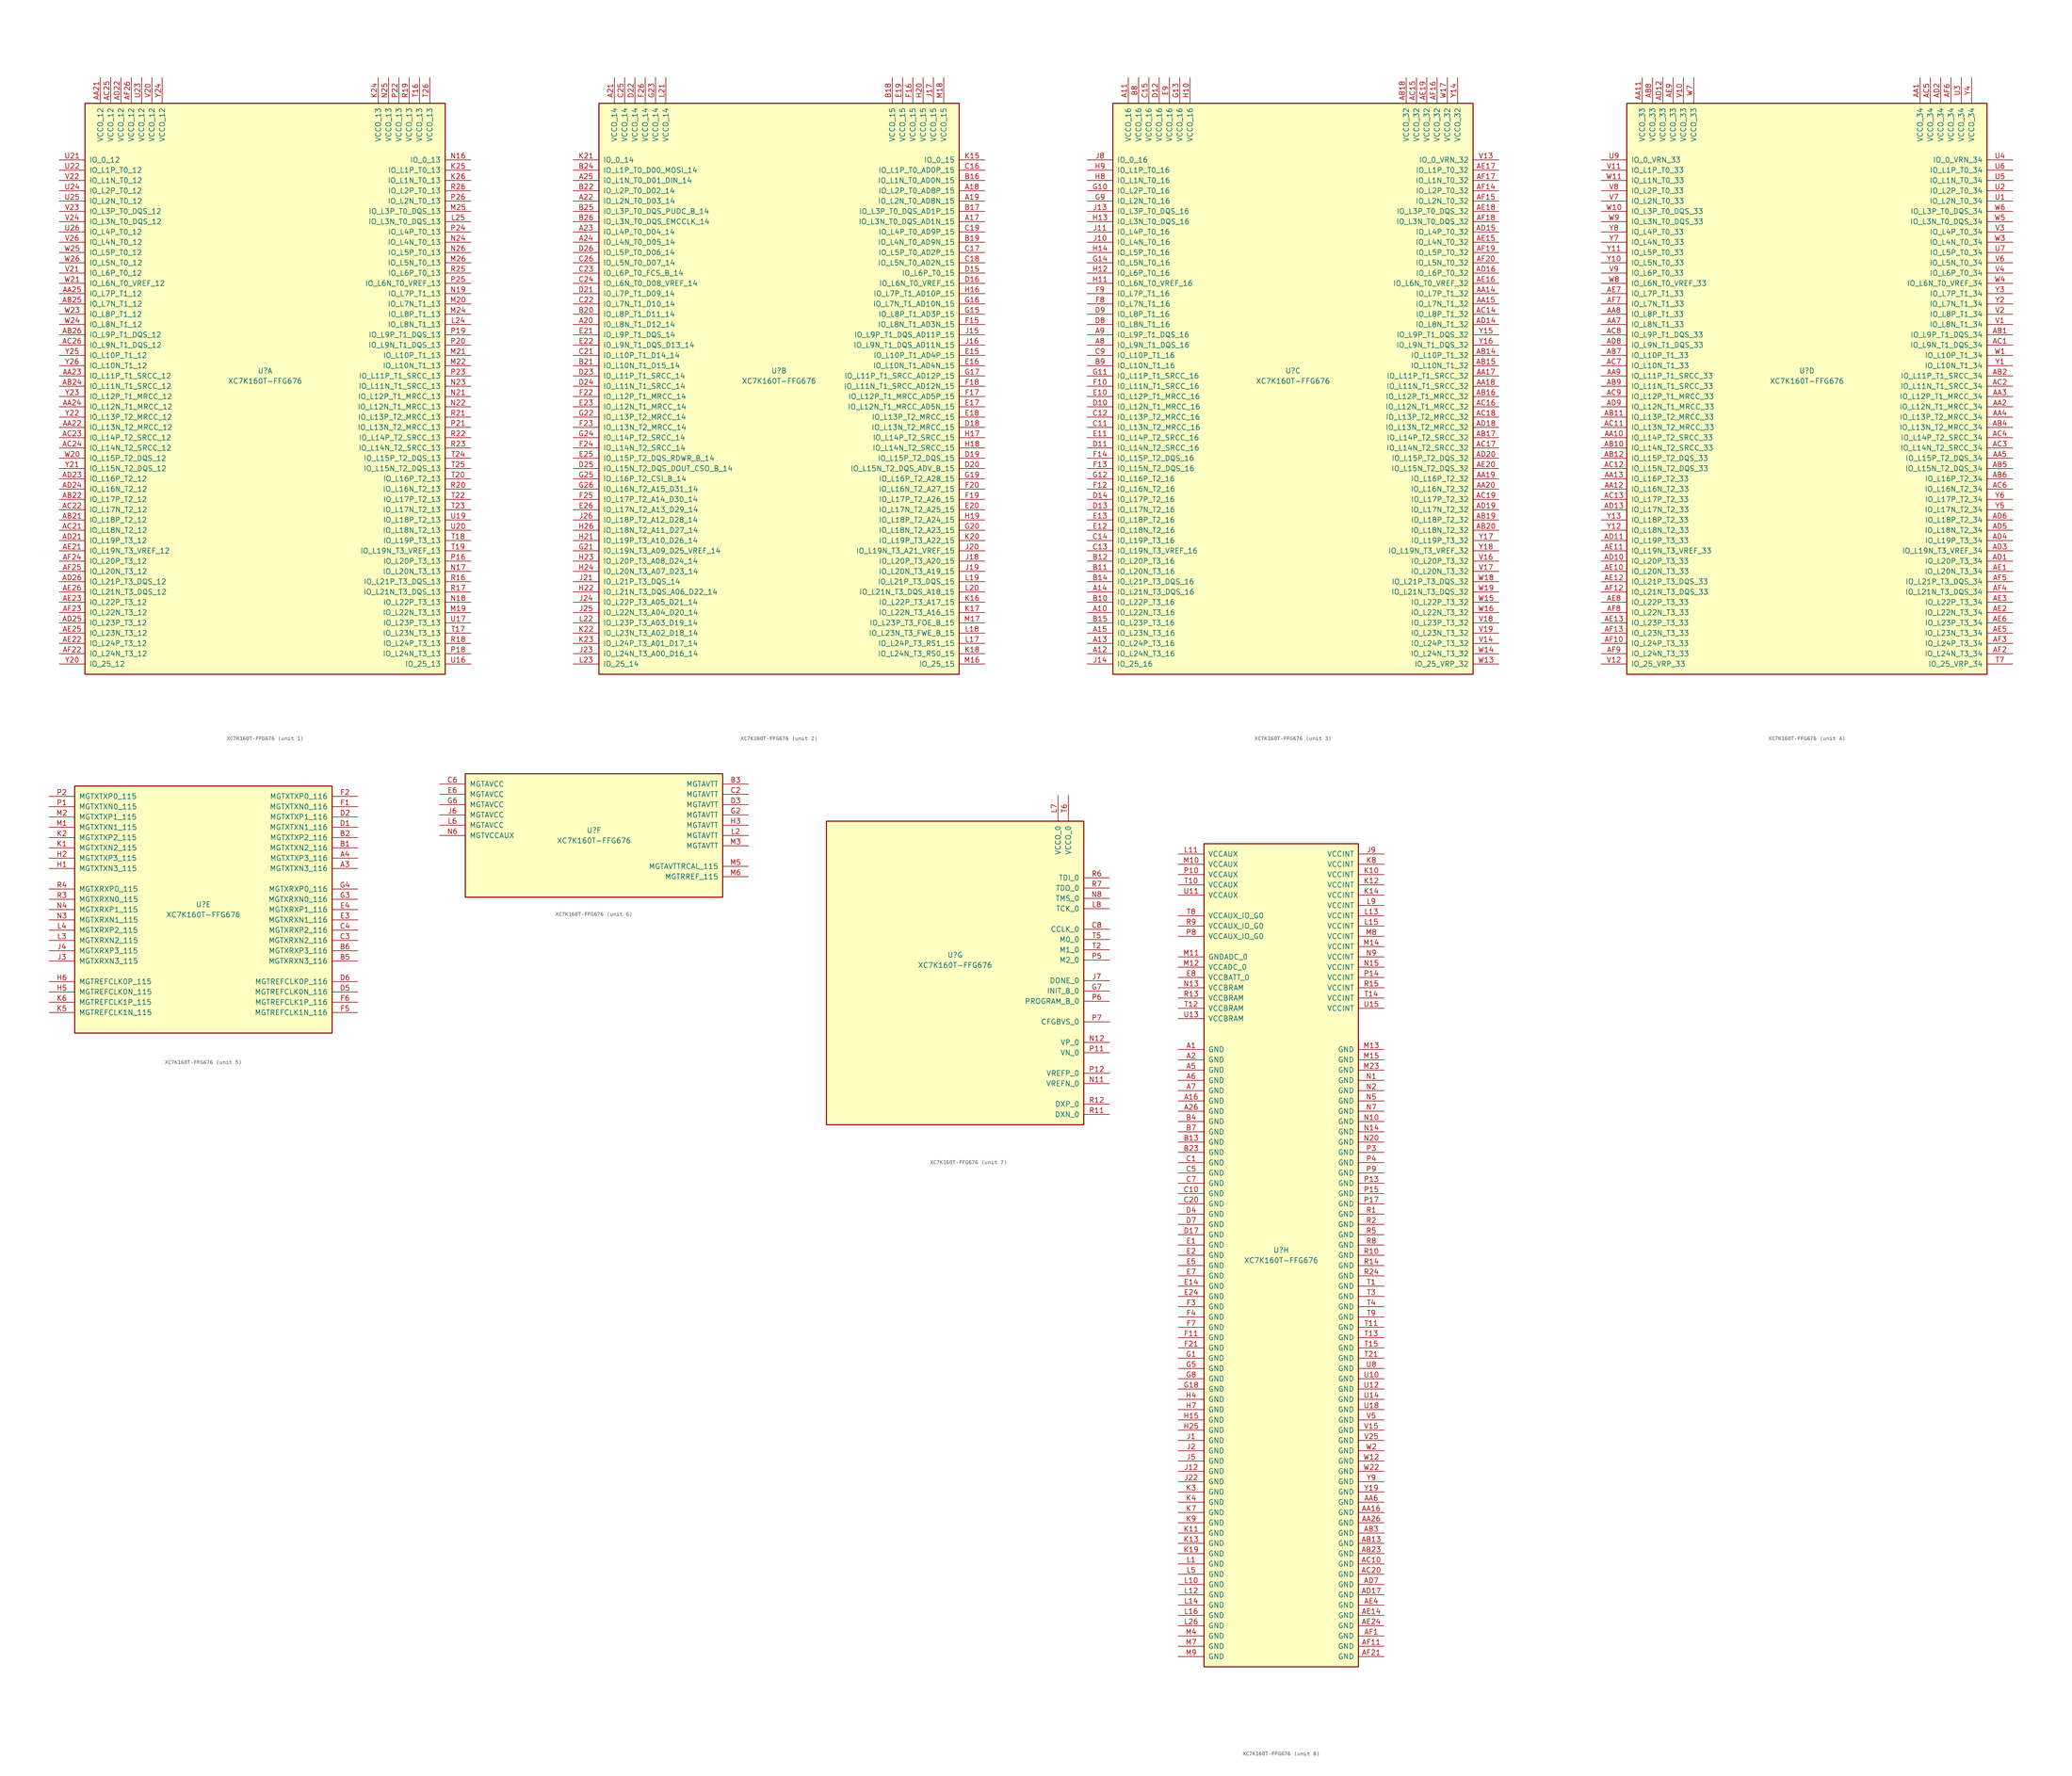
<source format=kicad_sym>
(kicad_symbol_lib
  (version 20201005)
  (generator kicad_symbol_editor)
  (symbol "FPGA_Xilinx_Kintex7:XC7K160T-FFG676"
    (pin_names
      (offset 1.016))
    (property "Reference" "U"
      (at 0 1.27 0)
      (effects (font (size 1.27 1.27))))
    (property "Value" "XC7K160T-FFG676"
      (at 0 -1.27 0)
      (effects (font (size 1.27 1.27))))
    (property "Datasheet" ""
      (at 0 0 0)
      (effects (font (size 1.27 1.27))))
    (property "ki_locked" ""
      (at 0 0 0)
      (effects (font (size 1.27 1.27))))
    (symbol "XC7K160T-FFG676_1_1"
      (rectangle (start -44.45 67.31) (end 44.45 -73.66) (stroke (width 0.254)) (fill (type background)))
      (pin power_in line (at -40.64 73.66 270) (length 6.35) (name "VCCO_12" (effects (font (size 1.27 1.27)))) (number "AA21" (effects (font (size 1.27 1.27)))))
      (pin power_in line (at -38.1 73.66 270) (length 6.35) (name "VCCO_12" (effects (font (size 1.27 1.27)))) (number "AC25" (effects (font (size 1.27 1.27)))))
      (pin power_in line (at -35.56 73.66 270) (length 6.35) (name "VCCO_12" (effects (font (size 1.27 1.27)))) (number "AD22" (effects (font (size 1.27 1.27)))))
      (pin power_in line (at -33.02 73.66 270) (length 6.35) (name "VCCO_12" (effects (font (size 1.27 1.27)))) (number "AF26" (effects (font (size 1.27 1.27)))))
      (pin power_in line (at -30.48 73.66 270) (length 6.35) (name "VCCO_12" (effects (font (size 1.27 1.27)))) (number "U23" (effects (font (size 1.27 1.27)))))
      (pin power_in line (at -27.94 73.66 270) (length 6.35) (name "VCCO_12" (effects (font (size 1.27 1.27)))) (number "V20" (effects (font (size 1.27 1.27)))))
      (pin power_in line (at -25.4 73.66 270) (length 6.35) (name "VCCO_12" (effects (font (size 1.27 1.27)))) (number "Y24" (effects (font (size 1.27 1.27)))))
      (pin bidirectional line (at -50.8 53.34 0) (length 6.35) (name "IO_0_12" (effects (font (size 1.27 1.27)))) (number "U21" (effects (font (size 1.27 1.27)))))
      (pin bidirectional line (at -50.8 50.8 0) (length 6.35) (name "IO_L1P_T0_12" (effects (font (size 1.27 1.27)))) (number "U22" (effects (font (size 1.27 1.27)))))
      (pin bidirectional line (at -50.8 48.26 0) (length 6.35) (name "IO_L1N_T0_12" (effects (font (size 1.27 1.27)))) (number "V22" (effects (font (size 1.27 1.27)))))
      (pin bidirectional line (at -50.8 45.72 0) (length 6.35) (name "IO_L2P_T0_12" (effects (font (size 1.27 1.27)))) (number "U24" (effects (font (size 1.27 1.27)))))
      (pin bidirectional line (at -50.8 43.18 0) (length 6.35) (name "IO_L2N_T0_12" (effects (font (size 1.27 1.27)))) (number "U25" (effects (font (size 1.27 1.27)))))
      (pin bidirectional line (at -50.8 40.64 0) (length 6.35) (name "IO_L3P_T0_DQS_12" (effects (font (size 1.27 1.27)))) (number "V23" (effects (font (size 1.27 1.27)))))
      (pin bidirectional line (at -50.8 38.1 0) (length 6.35) (name "IO_L3N_T0_DQS_12" (effects (font (size 1.27 1.27)))) (number "V24" (effects (font (size 1.27 1.27)))))
      (pin bidirectional line (at -50.8 35.56 0) (length 6.35) (name "IO_L4P_T0_12" (effects (font (size 1.27 1.27)))) (number "U26" (effects (font (size 1.27 1.27)))))
      (pin bidirectional line (at -50.8 33.02 0) (length 6.35) (name "IO_L4N_T0_12" (effects (font (size 1.27 1.27)))) (number "V26" (effects (font (size 1.27 1.27)))))
      (pin bidirectional line (at -50.8 30.48 0) (length 6.35) (name "IO_L5P_T0_12" (effects (font (size 1.27 1.27)))) (number "W25" (effects (font (size 1.27 1.27)))))
      (pin bidirectional line (at -50.8 27.94 0) (length 6.35) (name "IO_L5N_T0_12" (effects (font (size 1.27 1.27)))) (number "W26" (effects (font (size 1.27 1.27)))))
      (pin bidirectional line (at -50.8 25.4 0) (length 6.35) (name "IO_L6P_T0_12" (effects (font (size 1.27 1.27)))) (number "V21" (effects (font (size 1.27 1.27)))))
      (pin bidirectional line (at -50.8 22.86 0) (length 6.35) (name "IO_L6N_T0_VREF_12" (effects (font (size 1.27 1.27)))) (number "W21" (effects (font (size 1.27 1.27)))))
      (pin bidirectional line (at -50.8 20.32 0) (length 6.35) (name "IO_L7P_T1_12" (effects (font (size 1.27 1.27)))) (number "AA25" (effects (font (size 1.27 1.27)))))
      (pin bidirectional line (at -50.8 17.78 0) (length 6.35) (name "IO_L7N_T1_12" (effects (font (size 1.27 1.27)))) (number "AB25" (effects (font (size 1.27 1.27)))))
      (pin bidirectional line (at -50.8 15.24 0) (length 6.35) (name "IO_L8P_T1_12" (effects (font (size 1.27 1.27)))) (number "W23" (effects (font (size 1.27 1.27)))))
      (pin bidirectional line (at -50.8 12.7 0) (length 6.35) (name "IO_L8N_T1_12" (effects (font (size 1.27 1.27)))) (number "W24" (effects (font (size 1.27 1.27)))))
      (pin bidirectional line (at -50.8 10.16 0) (length 6.35) (name "IO_L9P_T1_DQS_12" (effects (font (size 1.27 1.27)))) (number "AB26" (effects (font (size 1.27 1.27)))))
      (pin bidirectional line (at -50.8 7.62 0) (length 6.35) (name "IO_L9N_T1_DQS_12" (effects (font (size 1.27 1.27)))) (number "AC26" (effects (font (size 1.27 1.27)))))
      (pin bidirectional line (at -50.8 5.08 0) (length 6.35) (name "IO_L10P_T1_12" (effects (font (size 1.27 1.27)))) (number "Y25" (effects (font (size 1.27 1.27)))))
      (pin bidirectional line (at -50.8 2.54 0) (length 6.35) (name "IO_L10N_T1_12" (effects (font (size 1.27 1.27)))) (number "Y26" (effects (font (size 1.27 1.27)))))
      (pin bidirectional line (at -50.8 0 0) (length 6.35) (name "IO_L11P_T1_SRCC_12" (effects (font (size 1.27 1.27)))) (number "AA23" (effects (font (size 1.27 1.27)))))
      (pin bidirectional line (at -50.8 -2.54 0) (length 6.35) (name "IO_L11N_T1_SRCC_12" (effects (font (size 1.27 1.27)))) (number "AB24" (effects (font (size 1.27 1.27)))))
      (pin bidirectional line (at -50.8 -5.08 0) (length 6.35) (name "IO_L12P_T1_MRCC_12" (effects (font (size 1.27 1.27)))) (number "Y23" (effects (font (size 1.27 1.27)))))
      (pin bidirectional line (at -50.8 -7.62 0) (length 6.35) (name "IO_L12N_T1_MRCC_12" (effects (font (size 1.27 1.27)))) (number "AA24" (effects (font (size 1.27 1.27)))))
      (pin bidirectional line (at -50.8 -10.16 0) (length 6.35) (name "IO_L13P_T2_MRCC_12" (effects (font (size 1.27 1.27)))) (number "Y22" (effects (font (size 1.27 1.27)))))
      (pin bidirectional line (at -50.8 -12.7 0) (length 6.35) (name "IO_L13N_T2_MRCC_12" (effects (font (size 1.27 1.27)))) (number "AA22" (effects (font (size 1.27 1.27)))))
      (pin bidirectional line (at -50.8 -15.24 0) (length 6.35) (name "IO_L14P_T2_SRCC_12" (effects (font (size 1.27 1.27)))) (number "AC23" (effects (font (size 1.27 1.27)))))
      (pin bidirectional line (at -50.8 -17.78 0) (length 6.35) (name "IO_L14N_T2_SRCC_12" (effects (font (size 1.27 1.27)))) (number "AC24" (effects (font (size 1.27 1.27)))))
      (pin bidirectional line (at -50.8 -20.32 0) (length 6.35) (name "IO_L15P_T2_DQS_12" (effects (font (size 1.27 1.27)))) (number "W20" (effects (font (size 1.27 1.27)))))
      (pin bidirectional line (at -50.8 -22.86 0) (length 6.35) (name "IO_L15N_T2_DQS_12" (effects (font (size 1.27 1.27)))) (number "Y21" (effects (font (size 1.27 1.27)))))
      (pin bidirectional line (at -50.8 -25.4 0) (length 6.35) (name "IO_L16P_T2_12" (effects (font (size 1.27 1.27)))) (number "AD23" (effects (font (size 1.27 1.27)))))
      (pin bidirectional line (at -50.8 -27.94 0) (length 6.35) (name "IO_L16N_T2_12" (effects (font (size 1.27 1.27)))) (number "AD24" (effects (font (size 1.27 1.27)))))
      (pin bidirectional line (at -50.8 -30.48 0) (length 6.35) (name "IO_L17P_T2_12" (effects (font (size 1.27 1.27)))) (number "AB22" (effects (font (size 1.27 1.27)))))
      (pin bidirectional line (at -50.8 -33.02 0) (length 6.35) (name "IO_L17N_T2_12" (effects (font (size 1.27 1.27)))) (number "AC22" (effects (font (size 1.27 1.27)))))
      (pin bidirectional line (at -50.8 -35.56 0) (length 6.35) (name "IO_L18P_T2_12" (effects (font (size 1.27 1.27)))) (number "AB21" (effects (font (size 1.27 1.27)))))
      (pin bidirectional line (at -50.8 -38.1 0) (length 6.35) (name "IO_L18N_T2_12" (effects (font (size 1.27 1.27)))) (number "AC21" (effects (font (size 1.27 1.27)))))
      (pin bidirectional line (at -50.8 -40.64 0) (length 6.35) (name "IO_L19P_T3_12" (effects (font (size 1.27 1.27)))) (number "AD21" (effects (font (size 1.27 1.27)))))
      (pin bidirectional line (at -50.8 -43.18 0) (length 6.35) (name "IO_L19N_T3_VREF_12" (effects (font (size 1.27 1.27)))) (number "AE21" (effects (font (size 1.27 1.27)))))
      (pin bidirectional line (at -50.8 -45.72 0) (length 6.35) (name "IO_L20P_T3_12" (effects (font (size 1.27 1.27)))) (number "AF24" (effects (font (size 1.27 1.27)))))
      (pin bidirectional line (at -50.8 -48.26 0) (length 6.35) (name "IO_L20N_T3_12" (effects (font (size 1.27 1.27)))) (number "AF25" (effects (font (size 1.27 1.27)))))
      (pin bidirectional line (at -50.8 -50.8 0) (length 6.35) (name "IO_L21P_T3_DQS_12" (effects (font (size 1.27 1.27)))) (number "AD26" (effects (font (size 1.27 1.27)))))
      (pin bidirectional line (at -50.8 -53.34 0) (length 6.35) (name "IO_L21N_T3_DQS_12" (effects (font (size 1.27 1.27)))) (number "AE26" (effects (font (size 1.27 1.27)))))
      (pin bidirectional line (at -50.8 -55.88 0) (length 6.35) (name "IO_L22P_T3_12" (effects (font (size 1.27 1.27)))) (number "AE23" (effects (font (size 1.27 1.27)))))
      (pin bidirectional line (at -50.8 -58.42 0) (length 6.35) (name "IO_L22N_T3_12" (effects (font (size 1.27 1.27)))) (number "AF23" (effects (font (size 1.27 1.27)))))
      (pin bidirectional line (at -50.8 -60.96 0) (length 6.35) (name "IO_L23P_T3_12" (effects (font (size 1.27 1.27)))) (number "AD25" (effects (font (size 1.27 1.27)))))
      (pin bidirectional line (at -50.8 -63.5 0) (length 6.35) (name "IO_L23N_T3_12" (effects (font (size 1.27 1.27)))) (number "AE25" (effects (font (size 1.27 1.27)))))
      (pin bidirectional line (at -50.8 -66.04 0) (length 6.35) (name "IO_L24P_T3_12" (effects (font (size 1.27 1.27)))) (number "AE22" (effects (font (size 1.27 1.27)))))
      (pin bidirectional line (at -50.8 -68.58 0) (length 6.35) (name "IO_L24N_T3_12" (effects (font (size 1.27 1.27)))) (number "AF22" (effects (font (size 1.27 1.27)))))
      (pin bidirectional line (at -50.8 -71.12 0) (length 6.35) (name "IO_25_12" (effects (font (size 1.27 1.27)))) (number "Y20" (effects (font (size 1.27 1.27)))))
      (pin power_in line (at 27.94 73.66 270) (length 6.35) (name "VCCO_13" (effects (font (size 1.27 1.27)))) (number "K24" (effects (font (size 1.27 1.27)))))
      (pin power_in line (at 30.48 73.66 270) (length 6.35) (name "VCCO_13" (effects (font (size 1.27 1.27)))) (number "N25" (effects (font (size 1.27 1.27)))))
      (pin power_in line (at 33.02 73.66 270) (length 6.35) (name "VCCO_13" (effects (font (size 1.27 1.27)))) (number "P22" (effects (font (size 1.27 1.27)))))
      (pin power_in line (at 35.56 73.66 270) (length 6.35) (name "VCCO_13" (effects (font (size 1.27 1.27)))) (number "R19" (effects (font (size 1.27 1.27)))))
      (pin power_in line (at 38.1 73.66 270) (length 6.35) (name "VCCO_13" (effects (font (size 1.27 1.27)))) (number "T16" (effects (font (size 1.27 1.27)))))
      (pin power_in line (at 40.64 73.66 270) (length 6.35) (name "VCCO_13" (effects (font (size 1.27 1.27)))) (number "T26" (effects (font (size 1.27 1.27)))))
      (pin bidirectional line (at 50.8 53.34 180) (length 6.35) (name "IO_0_13" (effects (font (size 1.27 1.27)))) (number "N16" (effects (font (size 1.27 1.27)))))
      (pin bidirectional line (at 50.8 50.8 180) (length 6.35) (name "IO_L1P_T0_13" (effects (font (size 1.27 1.27)))) (number "K25" (effects (font (size 1.27 1.27)))))
      (pin bidirectional line (at 50.8 48.26 180) (length 6.35) (name "IO_L1N_T0_13" (effects (font (size 1.27 1.27)))) (number "K26" (effects (font (size 1.27 1.27)))))
      (pin bidirectional line (at 50.8 45.72 180) (length 6.35) (name "IO_L2P_T0_13" (effects (font (size 1.27 1.27)))) (number "R26" (effects (font (size 1.27 1.27)))))
      (pin bidirectional line (at 50.8 43.18 180) (length 6.35) (name "IO_L2N_T0_13" (effects (font (size 1.27 1.27)))) (number "P26" (effects (font (size 1.27 1.27)))))
      (pin bidirectional line (at 50.8 40.64 180) (length 6.35) (name "IO_L3P_T0_DQS_13" (effects (font (size 1.27 1.27)))) (number "M25" (effects (font (size 1.27 1.27)))))
      (pin bidirectional line (at 50.8 38.1 180) (length 6.35) (name "IO_L3N_T0_DQS_13" (effects (font (size 1.27 1.27)))) (number "L25" (effects (font (size 1.27 1.27)))))
      (pin bidirectional line (at 50.8 35.56 180) (length 6.35) (name "IO_L4P_T0_13" (effects (font (size 1.27 1.27)))) (number "P24" (effects (font (size 1.27 1.27)))))
      (pin bidirectional line (at 50.8 33.02 180) (length 6.35) (name "IO_L4N_T0_13" (effects (font (size 1.27 1.27)))) (number "N24" (effects (font (size 1.27 1.27)))))
      (pin bidirectional line (at 50.8 30.48 180) (length 6.35) (name "IO_L5P_T0_13" (effects (font (size 1.27 1.27)))) (number "N26" (effects (font (size 1.27 1.27)))))
      (pin bidirectional line (at 50.8 27.94 180) (length 6.35) (name "IO_L5N_T0_13" (effects (font (size 1.27 1.27)))) (number "M26" (effects (font (size 1.27 1.27)))))
      (pin bidirectional line (at 50.8 25.4 180) (length 6.35) (name "IO_L6P_T0_13" (effects (font (size 1.27 1.27)))) (number "R25" (effects (font (size 1.27 1.27)))))
      (pin bidirectional line (at 50.8 22.86 180) (length 6.35) (name "IO_L6N_T0_VREF_13" (effects (font (size 1.27 1.27)))) (number "P25" (effects (font (size 1.27 1.27)))))
      (pin bidirectional line (at 50.8 20.32 180) (length 6.35) (name "IO_L7P_T1_13" (effects (font (size 1.27 1.27)))) (number "N19" (effects (font (size 1.27 1.27)))))
      (pin bidirectional line (at 50.8 17.78 180) (length 6.35) (name "IO_L7N_T1_13" (effects (font (size 1.27 1.27)))) (number "M20" (effects (font (size 1.27 1.27)))))
      (pin bidirectional line (at 50.8 15.24 180) (length 6.35) (name "IO_L8P_T1_13" (effects (font (size 1.27 1.27)))) (number "M24" (effects (font (size 1.27 1.27)))))
      (pin bidirectional line (at 50.8 12.7 180) (length 6.35) (name "IO_L8N_T1_13" (effects (font (size 1.27 1.27)))) (number "L24" (effects (font (size 1.27 1.27)))))
      (pin bidirectional line (at 50.8 10.16 180) (length 6.35) (name "IO_L9P_T1_DQS_13" (effects (font (size 1.27 1.27)))) (number "P19" (effects (font (size 1.27 1.27)))))
      (pin bidirectional line (at 50.8 7.62 180) (length 6.35) (name "IO_L9N_T1_DQS_13" (effects (font (size 1.27 1.27)))) (number "P20" (effects (font (size 1.27 1.27)))))
      (pin bidirectional line (at 50.8 5.08 180) (length 6.35) (name "IO_L10P_T1_13" (effects (font (size 1.27 1.27)))) (number "M21" (effects (font (size 1.27 1.27)))))
      (pin bidirectional line (at 50.8 2.54 180) (length 6.35) (name "IO_L10N_T1_13" (effects (font (size 1.27 1.27)))) (number "M22" (effects (font (size 1.27 1.27)))))
      (pin bidirectional line (at 50.8 0 180) (length 6.35) (name "IO_L11P_T1_SRCC_13" (effects (font (size 1.27 1.27)))) (number "P23" (effects (font (size 1.27 1.27)))))
      (pin bidirectional line (at 50.8 -2.54 180) (length 6.35) (name "IO_L11N_T1_SRCC_13" (effects (font (size 1.27 1.27)))) (number "N23" (effects (font (size 1.27 1.27)))))
      (pin bidirectional line (at 50.8 -5.08 180) (length 6.35) (name "IO_L12P_T1_MRCC_13" (effects (font (size 1.27 1.27)))) (number "N21" (effects (font (size 1.27 1.27)))))
      (pin bidirectional line (at 50.8 -7.62 180) (length 6.35) (name "IO_L12N_T1_MRCC_13" (effects (font (size 1.27 1.27)))) (number "N22" (effects (font (size 1.27 1.27)))))
      (pin bidirectional line (at 50.8 -10.16 180) (length 6.35) (name "IO_L13P_T2_MRCC_13" (effects (font (size 1.27 1.27)))) (number "R21" (effects (font (size 1.27 1.27)))))
      (pin bidirectional line (at 50.8 -12.7 180) (length 6.35) (name "IO_L13N_T2_MRCC_13" (effects (font (size 1.27 1.27)))) (number "P21" (effects (font (size 1.27 1.27)))))
      (pin bidirectional line (at 50.8 -15.24 180) (length 6.35) (name "IO_L14P_T2_SRCC_13" (effects (font (size 1.27 1.27)))) (number "R22" (effects (font (size 1.27 1.27)))))
      (pin bidirectional line (at 50.8 -17.78 180) (length 6.35) (name "IO_L14N_T2_SRCC_13" (effects (font (size 1.27 1.27)))) (number "R23" (effects (font (size 1.27 1.27)))))
      (pin bidirectional line (at 50.8 -20.32 180) (length 6.35) (name "IO_L15P_T2_DQS_13" (effects (font (size 1.27 1.27)))) (number "T24" (effects (font (size 1.27 1.27)))))
      (pin bidirectional line (at 50.8 -22.86 180) (length 6.35) (name "IO_L15N_T2_DQS_13" (effects (font (size 1.27 1.27)))) (number "T25" (effects (font (size 1.27 1.27)))))
      (pin bidirectional line (at 50.8 -25.4 180) (length 6.35) (name "IO_L16P_T2_13" (effects (font (size 1.27 1.27)))) (number "T20" (effects (font (size 1.27 1.27)))))
      (pin bidirectional line (at 50.8 -27.94 180) (length 6.35) (name "IO_L16N_T2_13" (effects (font (size 1.27 1.27)))) (number "R20" (effects (font (size 1.27 1.27)))))
      (pin bidirectional line (at 50.8 -30.48 180) (length 6.35) (name "IO_L17P_T2_13" (effects (font (size 1.27 1.27)))) (number "T22" (effects (font (size 1.27 1.27)))))
      (pin bidirectional line (at 50.8 -33.02 180) (length 6.35) (name "IO_L17N_T2_13" (effects (font (size 1.27 1.27)))) (number "T23" (effects (font (size 1.27 1.27)))))
      (pin bidirectional line (at 50.8 -35.56 180) (length 6.35) (name "IO_L18P_T2_13" (effects (font (size 1.27 1.27)))) (number "U19" (effects (font (size 1.27 1.27)))))
      (pin bidirectional line (at 50.8 -38.1 180) (length 6.35) (name "IO_L18N_T2_13" (effects (font (size 1.27 1.27)))) (number "U20" (effects (font (size 1.27 1.27)))))
      (pin bidirectional line (at 50.8 -40.64 180) (length 6.35) (name "IO_L19P_T3_13" (effects (font (size 1.27 1.27)))) (number "T18" (effects (font (size 1.27 1.27)))))
      (pin bidirectional line (at 50.8 -43.18 180) (length 6.35) (name "IO_L19N_T3_VREF_13" (effects (font (size 1.27 1.27)))) (number "T19" (effects (font (size 1.27 1.27)))))
      (pin bidirectional line (at 50.8 -45.72 180) (length 6.35) (name "IO_L20P_T3_13" (effects (font (size 1.27 1.27)))) (number "P16" (effects (font (size 1.27 1.27)))))
      (pin bidirectional line (at 50.8 -48.26 180) (length 6.35) (name "IO_L20N_T3_13" (effects (font (size 1.27 1.27)))) (number "N17" (effects (font (size 1.27 1.27)))))
      (pin bidirectional line (at 50.8 -50.8 180) (length 6.35) (name "IO_L21P_T3_DQS_13" (effects (font (size 1.27 1.27)))) (number "R16" (effects (font (size 1.27 1.27)))))
      (pin bidirectional line (at 50.8 -53.34 180) (length 6.35) (name "IO_L21N_T3_DQS_13" (effects (font (size 1.27 1.27)))) (number "R17" (effects (font (size 1.27 1.27)))))
      (pin bidirectional line (at 50.8 -55.88 180) (length 6.35) (name "IO_L22P_T3_13" (effects (font (size 1.27 1.27)))) (number "N18" (effects (font (size 1.27 1.27)))))
      (pin bidirectional line (at 50.8 -58.42 180) (length 6.35) (name "IO_L22N_T3_13" (effects (font (size 1.27 1.27)))) (number "M19" (effects (font (size 1.27 1.27)))))
      (pin bidirectional line (at 50.8 -60.96 180) (length 6.35) (name "IO_L23P_T3_13" (effects (font (size 1.27 1.27)))) (number "U17" (effects (font (size 1.27 1.27)))))
      (pin bidirectional line (at 50.8 -63.5 180) (length 6.35) (name "IO_L23N_T3_13" (effects (font (size 1.27 1.27)))) (number "T17" (effects (font (size 1.27 1.27)))))
      (pin bidirectional line (at 50.8 -66.04 180) (length 6.35) (name "IO_L24P_T3_13" (effects (font (size 1.27 1.27)))) (number "R18" (effects (font (size 1.27 1.27)))))
      (pin bidirectional line (at 50.8 -68.58 180) (length 6.35) (name "IO_L24N_T3_13" (effects (font (size 1.27 1.27)))) (number "P18" (effects (font (size 1.27 1.27)))))
      (pin bidirectional line (at 50.8 -71.12 180) (length 6.35) (name "IO_25_13" (effects (font (size 1.27 1.27)))) (number "U16" (effects (font (size 1.27 1.27))))))
    (symbol "XC7K160T-FFG676_2_1"
      (rectangle (start -44.45 67.31) (end 44.45 -73.66) (stroke (width 0.254)) (fill (type background)))
      (pin power_in line (at -40.64 73.66 270) (length 6.35) (name "VCCO_14" (effects (font (size 1.27 1.27)))) (number "A21" (effects (font (size 1.27 1.27)))))
      (pin power_in line (at -38.1 73.66 270) (length 6.35) (name "VCCO_14" (effects (font (size 1.27 1.27)))) (number "C25" (effects (font (size 1.27 1.27)))))
      (pin power_in line (at -35.56 73.66 270) (length 6.35) (name "VCCO_14" (effects (font (size 1.27 1.27)))) (number "D22" (effects (font (size 1.27 1.27)))))
      (pin power_in line (at -33.02 73.66 270) (length 6.35) (name "VCCO_14" (effects (font (size 1.27 1.27)))) (number "F26" (effects (font (size 1.27 1.27)))))
      (pin power_in line (at -30.48 73.66 270) (length 6.35) (name "VCCO_14" (effects (font (size 1.27 1.27)))) (number "G23" (effects (font (size 1.27 1.27)))))
      (pin power_in line (at -27.94 73.66 270) (length 6.35) (name "VCCO_14" (effects (font (size 1.27 1.27)))) (number "L21" (effects (font (size 1.27 1.27)))))
      (pin bidirectional line (at -50.8 53.34 0) (length 6.35) (name "IO_0_14" (effects (font (size 1.27 1.27)))) (number "K21" (effects (font (size 1.27 1.27)))))
      (pin bidirectional line (at -50.8 50.8 0) (length 6.35) (name "IO_L1P_T0_D00_MOSI_14" (effects (font (size 1.27 1.27)))) (number "B24" (effects (font (size 1.27 1.27)))))
      (pin bidirectional line (at -50.8 48.26 0) (length 6.35) (name "IO_L1N_T0_D01_DIN_14" (effects (font (size 1.27 1.27)))) (number "A25" (effects (font (size 1.27 1.27)))))
      (pin bidirectional line (at -50.8 45.72 0) (length 6.35) (name "IO_L2P_T0_D02_14" (effects (font (size 1.27 1.27)))) (number "B22" (effects (font (size 1.27 1.27)))))
      (pin bidirectional line (at -50.8 43.18 0) (length 6.35) (name "IO_L2N_T0_D03_14" (effects (font (size 1.27 1.27)))) (number "A22" (effects (font (size 1.27 1.27)))))
      (pin bidirectional line (at -50.8 40.64 0) (length 6.35) (name "IO_L3P_T0_DQS_PUDC_B_14" (effects (font (size 1.27 1.27)))) (number "B25" (effects (font (size 1.27 1.27)))))
      (pin bidirectional line (at -50.8 38.1 0) (length 6.35) (name "IO_L3N_T0_DQS_EMCCLK_14" (effects (font (size 1.27 1.27)))) (number "B26" (effects (font (size 1.27 1.27)))))
      (pin bidirectional line (at -50.8 35.56 0) (length 6.35) (name "IO_L4P_T0_D04_14" (effects (font (size 1.27 1.27)))) (number "A23" (effects (font (size 1.27 1.27)))))
      (pin bidirectional line (at -50.8 33.02 0) (length 6.35) (name "IO_L4N_T0_D05_14" (effects (font (size 1.27 1.27)))) (number "A24" (effects (font (size 1.27 1.27)))))
      (pin bidirectional line (at -50.8 30.48 0) (length 6.35) (name "IO_L5P_T0_D06_14" (effects (font (size 1.27 1.27)))) (number "D26" (effects (font (size 1.27 1.27)))))
      (pin bidirectional line (at -50.8 27.94 0) (length 6.35) (name "IO_L5N_T0_D07_14" (effects (font (size 1.27 1.27)))) (number "C26" (effects (font (size 1.27 1.27)))))
      (pin bidirectional line (at -50.8 25.4 0) (length 6.35) (name "IO_L6P_T0_FCS_B_14" (effects (font (size 1.27 1.27)))) (number "C23" (effects (font (size 1.27 1.27)))))
      (pin bidirectional line (at -50.8 22.86 0) (length 6.35) (name "IO_L6N_T0_D08_VREF_14" (effects (font (size 1.27 1.27)))) (number "C24" (effects (font (size 1.27 1.27)))))
      (pin bidirectional line (at -50.8 20.32 0) (length 6.35) (name "IO_L7P_T1_D09_14" (effects (font (size 1.27 1.27)))) (number "D21" (effects (font (size 1.27 1.27)))))
      (pin bidirectional line (at -50.8 17.78 0) (length 6.35) (name "IO_L7N_T1_D10_14" (effects (font (size 1.27 1.27)))) (number "C22" (effects (font (size 1.27 1.27)))))
      (pin bidirectional line (at -50.8 15.24 0) (length 6.35) (name "IO_L8P_T1_D11_14" (effects (font (size 1.27 1.27)))) (number "B20" (effects (font (size 1.27 1.27)))))
      (pin bidirectional line (at -50.8 12.7 0) (length 6.35) (name "IO_L8N_T1_D12_14" (effects (font (size 1.27 1.27)))) (number "A20" (effects (font (size 1.27 1.27)))))
      (pin bidirectional line (at -50.8 10.16 0) (length 6.35) (name "IO_L9P_T1_DQS_14" (effects (font (size 1.27 1.27)))) (number "E21" (effects (font (size 1.27 1.27)))))
      (pin bidirectional line (at -50.8 7.62 0) (length 6.35) (name "IO_L9N_T1_DQS_D13_14" (effects (font (size 1.27 1.27)))) (number "E22" (effects (font (size 1.27 1.27)))))
      (pin bidirectional line (at -50.8 5.08 0) (length 6.35) (name "IO_L10P_T1_D14_14" (effects (font (size 1.27 1.27)))) (number "C21" (effects (font (size 1.27 1.27)))))
      (pin bidirectional line (at -50.8 2.54 0) (length 6.35) (name "IO_L10N_T1_D15_14" (effects (font (size 1.27 1.27)))) (number "B21" (effects (font (size 1.27 1.27)))))
      (pin bidirectional line (at -50.8 0 0) (length 6.35) (name "IO_L11P_T1_SRCC_14" (effects (font (size 1.27 1.27)))) (number "D23" (effects (font (size 1.27 1.27)))))
      (pin bidirectional line (at -50.8 -2.54 0) (length 6.35) (name "IO_L11N_T1_SRCC_14" (effects (font (size 1.27 1.27)))) (number "D24" (effects (font (size 1.27 1.27)))))
      (pin bidirectional line (at -50.8 -5.08 0) (length 6.35) (name "IO_L12P_T1_MRCC_14" (effects (font (size 1.27 1.27)))) (number "F22" (effects (font (size 1.27 1.27)))))
      (pin bidirectional line (at -50.8 -7.62 0) (length 6.35) (name "IO_L12N_T1_MRCC_14" (effects (font (size 1.27 1.27)))) (number "E23" (effects (font (size 1.27 1.27)))))
      (pin bidirectional line (at -50.8 -10.16 0) (length 6.35) (name "IO_L13P_T2_MRCC_14" (effects (font (size 1.27 1.27)))) (number "G22" (effects (font (size 1.27 1.27)))))
      (pin bidirectional line (at -50.8 -12.7 0) (length 6.35) (name "IO_L13N_T2_MRCC_14" (effects (font (size 1.27 1.27)))) (number "F23" (effects (font (size 1.27 1.27)))))
      (pin bidirectional line (at -50.8 -15.24 0) (length 6.35) (name "IO_L14P_T2_SRCC_14" (effects (font (size 1.27 1.27)))) (number "G24" (effects (font (size 1.27 1.27)))))
      (pin bidirectional line (at -50.8 -17.78 0) (length 6.35) (name "IO_L14N_T2_SRCC_14" (effects (font (size 1.27 1.27)))) (number "F24" (effects (font (size 1.27 1.27)))))
      (pin bidirectional line (at -50.8 -20.32 0) (length 6.35) (name "IO_L15P_T2_DQS_RDWR_B_14" (effects (font (size 1.27 1.27)))) (number "E25" (effects (font (size 1.27 1.27)))))
      (pin bidirectional line (at -50.8 -22.86 0) (length 6.35) (name "IO_L15N_T2_DQS_DOUT_CSO_B_14" (effects (font (size 1.27 1.27)))) (number "D25" (effects (font (size 1.27 1.27)))))
      (pin bidirectional line (at -50.8 -25.4 0) (length 6.35) (name "IO_L16P_T2_CSI_B_14" (effects (font (size 1.27 1.27)))) (number "G25" (effects (font (size 1.27 1.27)))))
      (pin bidirectional line (at -50.8 -27.94 0) (length 6.35) (name "IO_L16N_T2_A15_D31_14" (effects (font (size 1.27 1.27)))) (number "G26" (effects (font (size 1.27 1.27)))))
      (pin bidirectional line (at -50.8 -30.48 0) (length 6.35) (name "IO_L17P_T2_A14_D30_14" (effects (font (size 1.27 1.27)))) (number "F25" (effects (font (size 1.27 1.27)))))
      (pin bidirectional line (at -50.8 -33.02 0) (length 6.35) (name "IO_L17N_T2_A13_D29_14" (effects (font (size 1.27 1.27)))) (number "E26" (effects (font (size 1.27 1.27)))))
      (pin bidirectional line (at -50.8 -35.56 0) (length 6.35) (name "IO_L18P_T2_A12_D28_14" (effects (font (size 1.27 1.27)))) (number "J26" (effects (font (size 1.27 1.27)))))
      (pin bidirectional line (at -50.8 -38.1 0) (length 6.35) (name "IO_L18N_T2_A11_D27_14" (effects (font (size 1.27 1.27)))) (number "H26" (effects (font (size 1.27 1.27)))))
      (pin bidirectional line (at -50.8 -40.64 0) (length 6.35) (name "IO_L19P_T3_A10_D26_14" (effects (font (size 1.27 1.27)))) (number "H21" (effects (font (size 1.27 1.27)))))
      (pin bidirectional line (at -50.8 -43.18 0) (length 6.35) (name "IO_L19N_T3_A09_D25_VREF_14" (effects (font (size 1.27 1.27)))) (number "G21" (effects (font (size 1.27 1.27)))))
      (pin bidirectional line (at -50.8 -45.72 0) (length 6.35) (name "IO_L20P_T3_A08_D24_14" (effects (font (size 1.27 1.27)))) (number "H23" (effects (font (size 1.27 1.27)))))
      (pin bidirectional line (at -50.8 -48.26 0) (length 6.35) (name "IO_L20N_T3_A07_D23_14" (effects (font (size 1.27 1.27)))) (number "H24" (effects (font (size 1.27 1.27)))))
      (pin bidirectional line (at -50.8 -50.8 0) (length 6.35) (name "IO_L21P_T3_DQS_14" (effects (font (size 1.27 1.27)))) (number "J21" (effects (font (size 1.27 1.27)))))
      (pin bidirectional line (at -50.8 -53.34 0) (length 6.35) (name "IO_L21N_T3_DQS_A06_D22_14" (effects (font (size 1.27 1.27)))) (number "H22" (effects (font (size 1.27 1.27)))))
      (pin bidirectional line (at -50.8 -55.88 0) (length 6.35) (name "IO_L22P_T3_A05_D21_14" (effects (font (size 1.27 1.27)))) (number "J24" (effects (font (size 1.27 1.27)))))
      (pin bidirectional line (at -50.8 -58.42 0) (length 6.35) (name "IO_L22N_T3_A04_D20_14" (effects (font (size 1.27 1.27)))) (number "J25" (effects (font (size 1.27 1.27)))))
      (pin bidirectional line (at -50.8 -60.96 0) (length 6.35) (name "IO_L23P_T3_A03_D19_14" (effects (font (size 1.27 1.27)))) (number "L22" (effects (font (size 1.27 1.27)))))
      (pin bidirectional line (at -50.8 -63.5 0) (length 6.35) (name "IO_L23N_T3_A02_D18_14" (effects (font (size 1.27 1.27)))) (number "K22" (effects (font (size 1.27 1.27)))))
      (pin bidirectional line (at -50.8 -66.04 0) (length 6.35) (name "IO_L24P_T3_A01_D17_14" (effects (font (size 1.27 1.27)))) (number "K23" (effects (font (size 1.27 1.27)))))
      (pin bidirectional line (at -50.8 -68.58 0) (length 6.35) (name "IO_L24N_T3_A00_D16_14" (effects (font (size 1.27 1.27)))) (number "J23" (effects (font (size 1.27 1.27)))))
      (pin bidirectional line (at -50.8 -71.12 0) (length 6.35) (name "IO_25_14" (effects (font (size 1.27 1.27)))) (number "L23" (effects (font (size 1.27 1.27)))))
      (pin power_in line (at 27.94 73.66 270) (length 6.35) (name "VCCO_15" (effects (font (size 1.27 1.27)))) (number "B18" (effects (font (size 1.27 1.27)))))
      (pin power_in line (at 30.48 73.66 270) (length 6.35) (name "VCCO_15" (effects (font (size 1.27 1.27)))) (number "E19" (effects (font (size 1.27 1.27)))))
      (pin power_in line (at 33.02 73.66 270) (length 6.35) (name "VCCO_15" (effects (font (size 1.27 1.27)))) (number "F16" (effects (font (size 1.27 1.27)))))
      (pin power_in line (at 35.56 73.66 270) (length 6.35) (name "VCCO_15" (effects (font (size 1.27 1.27)))) (number "H20" (effects (font (size 1.27 1.27)))))
      (pin power_in line (at 38.1 73.66 270) (length 6.35) (name "VCCO_15" (effects (font (size 1.27 1.27)))) (number "J17" (effects (font (size 1.27 1.27)))))
      (pin power_in line (at 40.64 73.66 270) (length 6.35) (name "VCCO_15" (effects (font (size 1.27 1.27)))) (number "M18" (effects (font (size 1.27 1.27)))))
      (pin bidirectional line (at 50.8 53.34 180) (length 6.35) (name "IO_0_15" (effects (font (size 1.27 1.27)))) (number "K15" (effects (font (size 1.27 1.27)))))
      (pin bidirectional line (at 50.8 50.8 180) (length 6.35) (name "IO_L1P_T0_AD0P_15" (effects (font (size 1.27 1.27)))) (number "C16" (effects (font (size 1.27 1.27)))))
      (pin bidirectional line (at 50.8 48.26 180) (length 6.35) (name "IO_L1N_T0_AD0N_15" (effects (font (size 1.27 1.27)))) (number "B16" (effects (font (size 1.27 1.27)))))
      (pin bidirectional line (at 50.8 45.72 180) (length 6.35) (name "IO_L2P_T0_AD8P_15" (effects (font (size 1.27 1.27)))) (number "A18" (effects (font (size 1.27 1.27)))))
      (pin bidirectional line (at 50.8 43.18 180) (length 6.35) (name "IO_L2N_T0_AD8N_15" (effects (font (size 1.27 1.27)))) (number "A19" (effects (font (size 1.27 1.27)))))
      (pin bidirectional line (at 50.8 40.64 180) (length 6.35) (name "IO_L3P_T0_DQS_AD1P_15" (effects (font (size 1.27 1.27)))) (number "B17" (effects (font (size 1.27 1.27)))))
      (pin bidirectional line (at 50.8 38.1 180) (length 6.35) (name "IO_L3N_T0_DQS_AD1N_15" (effects (font (size 1.27 1.27)))) (number "A17" (effects (font (size 1.27 1.27)))))
      (pin bidirectional line (at 50.8 35.56 180) (length 6.35) (name "IO_L4P_T0_AD9P_15" (effects (font (size 1.27 1.27)))) (number "C19" (effects (font (size 1.27 1.27)))))
      (pin bidirectional line (at 50.8 33.02 180) (length 6.35) (name "IO_L4N_T0_AD9N_15" (effects (font (size 1.27 1.27)))) (number "B19" (effects (font (size 1.27 1.27)))))
      (pin bidirectional line (at 50.8 30.48 180) (length 6.35) (name "IO_L5P_T0_AD2P_15" (effects (font (size 1.27 1.27)))) (number "C17" (effects (font (size 1.27 1.27)))))
      (pin bidirectional line (at 50.8 27.94 180) (length 6.35) (name "IO_L5N_T0_AD2N_15" (effects (font (size 1.27 1.27)))) (number "C18" (effects (font (size 1.27 1.27)))))
      (pin bidirectional line (at 50.8 25.4 180) (length 6.35) (name "IO_L6P_T0_15" (effects (font (size 1.27 1.27)))) (number "D15" (effects (font (size 1.27 1.27)))))
      (pin bidirectional line (at 50.8 22.86 180) (length 6.35) (name "IO_L6N_T0_VREF_15" (effects (font (size 1.27 1.27)))) (number "D16" (effects (font (size 1.27 1.27)))))
      (pin bidirectional line (at 50.8 20.32 180) (length 6.35) (name "IO_L7P_T1_AD10P_15" (effects (font (size 1.27 1.27)))) (number "H16" (effects (font (size 1.27 1.27)))))
      (pin bidirectional line (at 50.8 17.78 180) (length 6.35) (name "IO_L7N_T1_AD10N_15" (effects (font (size 1.27 1.27)))) (number "G16" (effects (font (size 1.27 1.27)))))
      (pin bidirectional line (at 50.8 15.24 180) (length 6.35) (name "IO_L8P_T1_AD3P_15" (effects (font (size 1.27 1.27)))) (number "G15" (effects (font (size 1.27 1.27)))))
      (pin bidirectional line (at 50.8 12.7 180) (length 6.35) (name "IO_L8N_T1_AD3N_15" (effects (font (size 1.27 1.27)))) (number "F15" (effects (font (size 1.27 1.27)))))
      (pin bidirectional line (at 50.8 10.16 180) (length 6.35) (name "IO_L9P_T1_DQS_AD11P_15" (effects (font (size 1.27 1.27)))) (number "J15" (effects (font (size 1.27 1.27)))))
      (pin bidirectional line (at 50.8 7.62 180) (length 6.35) (name "IO_L9N_T1_DQS_AD11N_15" (effects (font (size 1.27 1.27)))) (number "J16" (effects (font (size 1.27 1.27)))))
      (pin bidirectional line (at 50.8 5.08 180) (length 6.35) (name "IO_L10P_T1_AD4P_15" (effects (font (size 1.27 1.27)))) (number "E15" (effects (font (size 1.27 1.27)))))
      (pin bidirectional line (at 50.8 2.54 180) (length 6.35) (name "IO_L10N_T1_AD4N_15" (effects (font (size 1.27 1.27)))) (number "E16" (effects (font (size 1.27 1.27)))))
      (pin bidirectional line (at 50.8 0 180) (length 6.35) (name "IO_L11P_T1_SRCC_AD12P_15" (effects (font (size 1.27 1.27)))) (number "G17" (effects (font (size 1.27 1.27)))))
      (pin bidirectional line (at 50.8 -2.54 180) (length 6.35) (name "IO_L11N_T1_SRCC_AD12N_15" (effects (font (size 1.27 1.27)))) (number "F18" (effects (font (size 1.27 1.27)))))
      (pin bidirectional line (at 50.8 -5.08 180) (length 6.35) (name "IO_L12P_T1_MRCC_AD5P_15" (effects (font (size 1.27 1.27)))) (number "F17" (effects (font (size 1.27 1.27)))))
      (pin bidirectional line (at 50.8 -7.62 180) (length 6.35) (name "IO_L12N_T1_MRCC_AD5N_15" (effects (font (size 1.27 1.27)))) (number "E17" (effects (font (size 1.27 1.27)))))
      (pin bidirectional line (at 50.8 -10.16 180) (length 6.35) (name "IO_L13P_T2_MRCC_15" (effects (font (size 1.27 1.27)))) (number "E18" (effects (font (size 1.27 1.27)))))
      (pin bidirectional line (at 50.8 -12.7 180) (length 6.35) (name "IO_L13N_T2_MRCC_15" (effects (font (size 1.27 1.27)))) (number "D18" (effects (font (size 1.27 1.27)))))
      (pin bidirectional line (at 50.8 -15.24 180) (length 6.35) (name "IO_L14P_T2_SRCC_15" (effects (font (size 1.27 1.27)))) (number "H17" (effects (font (size 1.27 1.27)))))
      (pin bidirectional line (at 50.8 -17.78 180) (length 6.35) (name "IO_L14N_T2_SRCC_15" (effects (font (size 1.27 1.27)))) (number "H18" (effects (font (size 1.27 1.27)))))
      (pin bidirectional line (at 50.8 -20.32 180) (length 6.35) (name "IO_L15P_T2_DQS_15" (effects (font (size 1.27 1.27)))) (number "D19" (effects (font (size 1.27 1.27)))))
      (pin bidirectional line (at 50.8 -22.86 180) (length 6.35) (name "IO_L15N_T2_DQS_ADV_B_15" (effects (font (size 1.27 1.27)))) (number "D20" (effects (font (size 1.27 1.27)))))
      (pin bidirectional line (at 50.8 -25.4 180) (length 6.35) (name "IO_L16P_T2_A28_15" (effects (font (size 1.27 1.27)))) (number "G19" (effects (font (size 1.27 1.27)))))
      (pin bidirectional line (at 50.8 -27.94 180) (length 6.35) (name "IO_L16N_T2_A27_15" (effects (font (size 1.27 1.27)))) (number "F20" (effects (font (size 1.27 1.27)))))
      (pin bidirectional line (at 50.8 -30.48 180) (length 6.35) (name "IO_L17P_T2_A26_15" (effects (font (size 1.27 1.27)))) (number "F19" (effects (font (size 1.27 1.27)))))
      (pin bidirectional line (at 50.8 -33.02 180) (length 6.35) (name "IO_L17N_T2_A25_15" (effects (font (size 1.27 1.27)))) (number "E20" (effects (font (size 1.27 1.27)))))
      (pin bidirectional line (at 50.8 -35.56 180) (length 6.35) (name "IO_L18P_T2_A24_15" (effects (font (size 1.27 1.27)))) (number "H19" (effects (font (size 1.27 1.27)))))
      (pin bidirectional line (at 50.8 -38.1 180) (length 6.35) (name "IO_L18N_T2_A23_15" (effects (font (size 1.27 1.27)))) (number "G20" (effects (font (size 1.27 1.27)))))
      (pin bidirectional line (at 50.8 -40.64 180) (length 6.35) (name "IO_L19P_T3_A22_15" (effects (font (size 1.27 1.27)))) (number "K20" (effects (font (size 1.27 1.27)))))
      (pin bidirectional line (at 50.8 -43.18 180) (length 6.35) (name "IO_L19N_T3_A21_VREF_15" (effects (font (size 1.27 1.27)))) (number "J20" (effects (font (size 1.27 1.27)))))
      (pin bidirectional line (at 50.8 -45.72 180) (length 6.35) (name "IO_L20P_T3_A20_15" (effects (font (size 1.27 1.27)))) (number "J18" (effects (font (size 1.27 1.27)))))
      (pin bidirectional line (at 50.8 -48.26 180) (length 6.35) (name "IO_L20N_T3_A19_15" (effects (font (size 1.27 1.27)))) (number "J19" (effects (font (size 1.27 1.27)))))
      (pin bidirectional line (at 50.8 -50.8 180) (length 6.35) (name "IO_L21P_T3_DQS_15" (effects (font (size 1.27 1.27)))) (number "L19" (effects (font (size 1.27 1.27)))))
      (pin bidirectional line (at 50.8 -53.34 180) (length 6.35) (name "IO_L21N_T3_DQS_A18_15" (effects (font (size 1.27 1.27)))) (number "L20" (effects (font (size 1.27 1.27)))))
      (pin bidirectional line (at 50.8 -55.88 180) (length 6.35) (name "IO_L22P_T3_A17_15" (effects (font (size 1.27 1.27)))) (number "K16" (effects (font (size 1.27 1.27)))))
      (pin bidirectional line (at 50.8 -58.42 180) (length 6.35) (name "IO_L22N_T3_A16_15" (effects (font (size 1.27 1.27)))) (number "K17" (effects (font (size 1.27 1.27)))))
      (pin bidirectional line (at 50.8 -60.96 180) (length 6.35) (name "IO_L23P_T3_FOE_B_15" (effects (font (size 1.27 1.27)))) (number "M17" (effects (font (size 1.27 1.27)))))
      (pin bidirectional line (at 50.8 -63.5 180) (length 6.35) (name "IO_L23N_T3_FWE_B_15" (effects (font (size 1.27 1.27)))) (number "L18" (effects (font (size 1.27 1.27)))))
      (pin bidirectional line (at 50.8 -66.04 180) (length 6.35) (name "IO_L24P_T3_RS1_15" (effects (font (size 1.27 1.27)))) (number "L17" (effects (font (size 1.27 1.27)))))
      (pin bidirectional line (at 50.8 -68.58 180) (length 6.35) (name "IO_L24N_T3_RS0_15" (effects (font (size 1.27 1.27)))) (number "K18" (effects (font (size 1.27 1.27)))))
      (pin bidirectional line (at 50.8 -71.12 180) (length 6.35) (name "IO_25_15" (effects (font (size 1.27 1.27)))) (number "M16" (effects (font (size 1.27 1.27))))))
    (symbol "XC7K160T-FFG676_3_1"
      (rectangle (start -44.45 67.31) (end 44.45 -73.66) (stroke (width 0.254)) (fill (type background)))
      (pin power_in line (at -40.64 73.66 270) (length 6.35) (name "VCCO_16" (effects (font (size 1.27 1.27)))) (number "A11" (effects (font (size 1.27 1.27)))))
      (pin power_in line (at -38.1 73.66 270) (length 6.35) (name "VCCO_16" (effects (font (size 1.27 1.27)))) (number "B8" (effects (font (size 1.27 1.27)))))
      (pin power_in line (at -35.56 73.66 270) (length 6.35) (name "VCCO_16" (effects (font (size 1.27 1.27)))) (number "C15" (effects (font (size 1.27 1.27)))))
      (pin power_in line (at -33.02 73.66 270) (length 6.35) (name "VCCO_16" (effects (font (size 1.27 1.27)))) (number "D12" (effects (font (size 1.27 1.27)))))
      (pin power_in line (at -30.48 73.66 270) (length 6.35) (name "VCCO_16" (effects (font (size 1.27 1.27)))) (number "E9" (effects (font (size 1.27 1.27)))))
      (pin power_in line (at -27.94 73.66 270) (length 6.35) (name "VCCO_16" (effects (font (size 1.27 1.27)))) (number "G13" (effects (font (size 1.27 1.27)))))
      (pin power_in line (at -25.4 73.66 270) (length 6.35) (name "VCCO_16" (effects (font (size 1.27 1.27)))) (number "H10" (effects (font (size 1.27 1.27)))))
      (pin bidirectional line (at -50.8 53.34 0) (length 6.35) (name "IO_0_16" (effects (font (size 1.27 1.27)))) (number "J8" (effects (font (size 1.27 1.27)))))
      (pin bidirectional line (at -50.8 50.8 0) (length 6.35) (name "IO_L1P_T0_16" (effects (font (size 1.27 1.27)))) (number "H9" (effects (font (size 1.27 1.27)))))
      (pin bidirectional line (at -50.8 48.26 0) (length 6.35) (name "IO_L1N_T0_16" (effects (font (size 1.27 1.27)))) (number "H8" (effects (font (size 1.27 1.27)))))
      (pin bidirectional line (at -50.8 45.72 0) (length 6.35) (name "IO_L2P_T0_16" (effects (font (size 1.27 1.27)))) (number "G10" (effects (font (size 1.27 1.27)))))
      (pin bidirectional line (at -50.8 43.18 0) (length 6.35) (name "IO_L2N_T0_16" (effects (font (size 1.27 1.27)))) (number "G9" (effects (font (size 1.27 1.27)))))
      (pin bidirectional line (at -50.8 40.64 0) (length 6.35) (name "IO_L3P_T0_DQS_16" (effects (font (size 1.27 1.27)))) (number "J13" (effects (font (size 1.27 1.27)))))
      (pin bidirectional line (at -50.8 38.1 0) (length 6.35) (name "IO_L3N_T0_DQS_16" (effects (font (size 1.27 1.27)))) (number "H13" (effects (font (size 1.27 1.27)))))
      (pin bidirectional line (at -50.8 35.56 0) (length 6.35) (name "IO_L4P_T0_16" (effects (font (size 1.27 1.27)))) (number "J11" (effects (font (size 1.27 1.27)))))
      (pin bidirectional line (at -50.8 33.02 0) (length 6.35) (name "IO_L4N_T0_16" (effects (font (size 1.27 1.27)))) (number "J10" (effects (font (size 1.27 1.27)))))
      (pin bidirectional line (at -50.8 30.48 0) (length 6.35) (name "IO_L5P_T0_16" (effects (font (size 1.27 1.27)))) (number "H14" (effects (font (size 1.27 1.27)))))
      (pin bidirectional line (at -50.8 27.94 0) (length 6.35) (name "IO_L5N_T0_16" (effects (font (size 1.27 1.27)))) (number "G14" (effects (font (size 1.27 1.27)))))
      (pin bidirectional line (at -50.8 25.4 0) (length 6.35) (name "IO_L6P_T0_16" (effects (font (size 1.27 1.27)))) (number "H12" (effects (font (size 1.27 1.27)))))
      (pin bidirectional line (at -50.8 22.86 0) (length 6.35) (name "IO_L6N_T0_VREF_16" (effects (font (size 1.27 1.27)))) (number "H11" (effects (font (size 1.27 1.27)))))
      (pin bidirectional line (at -50.8 20.32 0) (length 6.35) (name "IO_L7P_T1_16" (effects (font (size 1.27 1.27)))) (number "F9" (effects (font (size 1.27 1.27)))))
      (pin bidirectional line (at -50.8 17.78 0) (length 6.35) (name "IO_L7N_T1_16" (effects (font (size 1.27 1.27)))) (number "F8" (effects (font (size 1.27 1.27)))))
      (pin bidirectional line (at -50.8 15.24 0) (length 6.35) (name "IO_L8P_T1_16" (effects (font (size 1.27 1.27)))) (number "D9" (effects (font (size 1.27 1.27)))))
      (pin bidirectional line (at -50.8 12.7 0) (length 6.35) (name "IO_L8N_T1_16" (effects (font (size 1.27 1.27)))) (number "D8" (effects (font (size 1.27 1.27)))))
      (pin bidirectional line (at -50.8 10.16 0) (length 6.35) (name "IO_L9P_T1_DQS_16" (effects (font (size 1.27 1.27)))) (number "A9" (effects (font (size 1.27 1.27)))))
      (pin bidirectional line (at -50.8 7.62 0) (length 6.35) (name "IO_L9N_T1_DQS_16" (effects (font (size 1.27 1.27)))) (number "A8" (effects (font (size 1.27 1.27)))))
      (pin bidirectional line (at -50.8 5.08 0) (length 6.35) (name "IO_L10P_T1_16" (effects (font (size 1.27 1.27)))) (number "C9" (effects (font (size 1.27 1.27)))))
      (pin bidirectional line (at -50.8 2.54 0) (length 6.35) (name "IO_L10N_T1_16" (effects (font (size 1.27 1.27)))) (number "B9" (effects (font (size 1.27 1.27)))))
      (pin bidirectional line (at -50.8 0 0) (length 6.35) (name "IO_L11P_T1_SRCC_16" (effects (font (size 1.27 1.27)))) (number "G11" (effects (font (size 1.27 1.27)))))
      (pin bidirectional line (at -50.8 -2.54 0) (length 6.35) (name "IO_L11N_T1_SRCC_16" (effects (font (size 1.27 1.27)))) (number "F10" (effects (font (size 1.27 1.27)))))
      (pin bidirectional line (at -50.8 -5.08 0) (length 6.35) (name "IO_L12P_T1_MRCC_16" (effects (font (size 1.27 1.27)))) (number "E10" (effects (font (size 1.27 1.27)))))
      (pin bidirectional line (at -50.8 -7.62 0) (length 6.35) (name "IO_L12N_T1_MRCC_16" (effects (font (size 1.27 1.27)))) (number "D10" (effects (font (size 1.27 1.27)))))
      (pin bidirectional line (at -50.8 -10.16 0) (length 6.35) (name "IO_L13P_T2_MRCC_16" (effects (font (size 1.27 1.27)))) (number "C12" (effects (font (size 1.27 1.27)))))
      (pin bidirectional line (at -50.8 -12.7 0) (length 6.35) (name "IO_L13N_T2_MRCC_16" (effects (font (size 1.27 1.27)))) (number "C11" (effects (font (size 1.27 1.27)))))
      (pin bidirectional line (at -50.8 -15.24 0) (length 6.35) (name "IO_L14P_T2_SRCC_16" (effects (font (size 1.27 1.27)))) (number "E11" (effects (font (size 1.27 1.27)))))
      (pin bidirectional line (at -50.8 -17.78 0) (length 6.35) (name "IO_L14N_T2_SRCC_16" (effects (font (size 1.27 1.27)))) (number "D11" (effects (font (size 1.27 1.27)))))
      (pin bidirectional line (at -50.8 -20.32 0) (length 6.35) (name "IO_L15P_T2_DQS_16" (effects (font (size 1.27 1.27)))) (number "F14" (effects (font (size 1.27 1.27)))))
      (pin bidirectional line (at -50.8 -22.86 0) (length 6.35) (name "IO_L15N_T2_DQS_16" (effects (font (size 1.27 1.27)))) (number "F13" (effects (font (size 1.27 1.27)))))
      (pin bidirectional line (at -50.8 -25.4 0) (length 6.35) (name "IO_L16P_T2_16" (effects (font (size 1.27 1.27)))) (number "G12" (effects (font (size 1.27 1.27)))))
      (pin bidirectional line (at -50.8 -27.94 0) (length 6.35) (name "IO_L16N_T2_16" (effects (font (size 1.27 1.27)))) (number "F12" (effects (font (size 1.27 1.27)))))
      (pin bidirectional line (at -50.8 -30.48 0) (length 6.35) (name "IO_L17P_T2_16" (effects (font (size 1.27 1.27)))) (number "D14" (effects (font (size 1.27 1.27)))))
      (pin bidirectional line (at -50.8 -33.02 0) (length 6.35) (name "IO_L17N_T2_16" (effects (font (size 1.27 1.27)))) (number "D13" (effects (font (size 1.27 1.27)))))
      (pin bidirectional line (at -50.8 -35.56 0) (length 6.35) (name "IO_L18P_T2_16" (effects (font (size 1.27 1.27)))) (number "E13" (effects (font (size 1.27 1.27)))))
      (pin bidirectional line (at -50.8 -38.1 0) (length 6.35) (name "IO_L18N_T2_16" (effects (font (size 1.27 1.27)))) (number "E12" (effects (font (size 1.27 1.27)))))
      (pin bidirectional line (at -50.8 -40.64 0) (length 6.35) (name "IO_L19P_T3_16" (effects (font (size 1.27 1.27)))) (number "C14" (effects (font (size 1.27 1.27)))))
      (pin bidirectional line (at -50.8 -43.18 0) (length 6.35) (name "IO_L19N_T3_VREF_16" (effects (font (size 1.27 1.27)))) (number "C13" (effects (font (size 1.27 1.27)))))
      (pin bidirectional line (at -50.8 -45.72 0) (length 6.35) (name "IO_L20P_T3_16" (effects (font (size 1.27 1.27)))) (number "B12" (effects (font (size 1.27 1.27)))))
      (pin bidirectional line (at -50.8 -48.26 0) (length 6.35) (name "IO_L20N_T3_16" (effects (font (size 1.27 1.27)))) (number "B11" (effects (font (size 1.27 1.27)))))
      (pin bidirectional line (at -50.8 -50.8 0) (length 6.35) (name "IO_L21P_T3_DQS_16" (effects (font (size 1.27 1.27)))) (number "B14" (effects (font (size 1.27 1.27)))))
      (pin bidirectional line (at -50.8 -53.34 0) (length 6.35) (name "IO_L21N_T3_DQS_16" (effects (font (size 1.27 1.27)))) (number "A14" (effects (font (size 1.27 1.27)))))
      (pin bidirectional line (at -50.8 -55.88 0) (length 6.35) (name "IO_L22P_T3_16" (effects (font (size 1.27 1.27)))) (number "B10" (effects (font (size 1.27 1.27)))))
      (pin bidirectional line (at -50.8 -58.42 0) (length 6.35) (name "IO_L22N_T3_16" (effects (font (size 1.27 1.27)))) (number "A10" (effects (font (size 1.27 1.27)))))
      (pin bidirectional line (at -50.8 -60.96 0) (length 6.35) (name "IO_L23P_T3_16" (effects (font (size 1.27 1.27)))) (number "B15" (effects (font (size 1.27 1.27)))))
      (pin bidirectional line (at -50.8 -63.5 0) (length 6.35) (name "IO_L23N_T3_16" (effects (font (size 1.27 1.27)))) (number "A15" (effects (font (size 1.27 1.27)))))
      (pin bidirectional line (at -50.8 -66.04 0) (length 6.35) (name "IO_L24P_T3_16" (effects (font (size 1.27 1.27)))) (number "A13" (effects (font (size 1.27 1.27)))))
      (pin bidirectional line (at -50.8 -68.58 0) (length 6.35) (name "IO_L24N_T3_16" (effects (font (size 1.27 1.27)))) (number "A12" (effects (font (size 1.27 1.27)))))
      (pin bidirectional line (at -50.8 -71.12 0) (length 6.35) (name "IO_25_16" (effects (font (size 1.27 1.27)))) (number "J14" (effects (font (size 1.27 1.27)))))
      (pin power_in line (at 27.94 73.66 270) (length 6.35) (name "VCCO_32" (effects (font (size 1.27 1.27)))) (number "AB18" (effects (font (size 1.27 1.27)))))
      (pin power_in line (at 30.48 73.66 270) (length 6.35) (name "VCCO_32" (effects (font (size 1.27 1.27)))) (number "AC15" (effects (font (size 1.27 1.27)))))
      (pin power_in line (at 33.02 73.66 270) (length 6.35) (name "VCCO_32" (effects (font (size 1.27 1.27)))) (number "AE19" (effects (font (size 1.27 1.27)))))
      (pin power_in line (at 35.56 73.66 270) (length 6.35) (name "VCCO_32" (effects (font (size 1.27 1.27)))) (number "AF16" (effects (font (size 1.27 1.27)))))
      (pin power_in line (at 38.1 73.66 270) (length 6.35) (name "VCCO_32" (effects (font (size 1.27 1.27)))) (number "W17" (effects (font (size 1.27 1.27)))))
      (pin power_in line (at 40.64 73.66 270) (length 6.35) (name "VCCO_32" (effects (font (size 1.27 1.27)))) (number "Y14" (effects (font (size 1.27 1.27)))))
      (pin bidirectional line (at 50.8 53.34 180) (length 6.35) (name "IO_0_VRN_32" (effects (font (size 1.27 1.27)))) (number "V13" (effects (font (size 1.27 1.27)))))
      (pin bidirectional line (at 50.8 50.8 180) (length 6.35) (name "IO_L1P_T0_32" (effects (font (size 1.27 1.27)))) (number "AE17" (effects (font (size 1.27 1.27)))))
      (pin bidirectional line (at 50.8 48.26 180) (length 6.35) (name "IO_L1N_T0_32" (effects (font (size 1.27 1.27)))) (number "AF17" (effects (font (size 1.27 1.27)))))
      (pin bidirectional line (at 50.8 45.72 180) (length 6.35) (name "IO_L2P_T0_32" (effects (font (size 1.27 1.27)))) (number "AF14" (effects (font (size 1.27 1.27)))))
      (pin bidirectional line (at 50.8 43.18 180) (length 6.35) (name "IO_L2N_T0_32" (effects (font (size 1.27 1.27)))) (number "AF15" (effects (font (size 1.27 1.27)))))
      (pin bidirectional line (at 50.8 40.64 180) (length 6.35) (name "IO_L3P_T0_DQS_32" (effects (font (size 1.27 1.27)))) (number "AE18" (effects (font (size 1.27 1.27)))))
      (pin bidirectional line (at 50.8 38.1 180) (length 6.35) (name "IO_L3N_T0_DQS_32" (effects (font (size 1.27 1.27)))) (number "AF18" (effects (font (size 1.27 1.27)))))
      (pin bidirectional line (at 50.8 35.56 180) (length 6.35) (name "IO_L4P_T0_32" (effects (font (size 1.27 1.27)))) (number "AD15" (effects (font (size 1.27 1.27)))))
      (pin bidirectional line (at 50.8 33.02 180) (length 6.35) (name "IO_L4N_T0_32" (effects (font (size 1.27 1.27)))) (number "AE15" (effects (font (size 1.27 1.27)))))
      (pin bidirectional line (at 50.8 30.48 180) (length 6.35) (name "IO_L5P_T0_32" (effects (font (size 1.27 1.27)))) (number "AF19" (effects (font (size 1.27 1.27)))))
      (pin bidirectional line (at 50.8 27.94 180) (length 6.35) (name "IO_L5N_T0_32" (effects (font (size 1.27 1.27)))) (number "AF20" (effects (font (size 1.27 1.27)))))
      (pin bidirectional line (at 50.8 25.4 180) (length 6.35) (name "IO_L6P_T0_32" (effects (font (size 1.27 1.27)))) (number "AD16" (effects (font (size 1.27 1.27)))))
      (pin bidirectional line (at 50.8 22.86 180) (length 6.35) (name "IO_L6N_T0_VREF_32" (effects (font (size 1.27 1.27)))) (number "AE16" (effects (font (size 1.27 1.27)))))
      (pin bidirectional line (at 50.8 20.32 180) (length 6.35) (name "IO_L7P_T1_32" (effects (font (size 1.27 1.27)))) (number "AA14" (effects (font (size 1.27 1.27)))))
      (pin bidirectional line (at 50.8 17.78 180) (length 6.35) (name "IO_L7N_T1_32" (effects (font (size 1.27 1.27)))) (number "AA15" (effects (font (size 1.27 1.27)))))
      (pin bidirectional line (at 50.8 15.24 180) (length 6.35) (name "IO_L8P_T1_32" (effects (font (size 1.27 1.27)))) (number "AC14" (effects (font (size 1.27 1.27)))))
      (pin bidirectional line (at 50.8 12.7 180) (length 6.35) (name "IO_L8N_T1_32" (effects (font (size 1.27 1.27)))) (number "AD14" (effects (font (size 1.27 1.27)))))
      (pin bidirectional line (at 50.8 10.16 180) (length 6.35) (name "IO_L9P_T1_DQS_32" (effects (font (size 1.27 1.27)))) (number "Y15" (effects (font (size 1.27 1.27)))))
      (pin bidirectional line (at 50.8 7.62 180) (length 6.35) (name "IO_L9N_T1_DQS_32" (effects (font (size 1.27 1.27)))) (number "Y16" (effects (font (size 1.27 1.27)))))
      (pin bidirectional line (at 50.8 5.08 180) (length 6.35) (name "IO_L10P_T1_32" (effects (font (size 1.27 1.27)))) (number "AB14" (effects (font (size 1.27 1.27)))))
      (pin bidirectional line (at 50.8 2.54 180) (length 6.35) (name "IO_L10N_T1_32" (effects (font (size 1.27 1.27)))) (number "AB15" (effects (font (size 1.27 1.27)))))
      (pin bidirectional line (at 50.8 0 180) (length 6.35) (name "IO_L11P_T1_SRCC_32" (effects (font (size 1.27 1.27)))) (number "AA17" (effects (font (size 1.27 1.27)))))
      (pin bidirectional line (at 50.8 -2.54 180) (length 6.35) (name "IO_L11N_T1_SRCC_32" (effects (font (size 1.27 1.27)))) (number "AA18" (effects (font (size 1.27 1.27)))))
      (pin bidirectional line (at 50.8 -5.08 180) (length 6.35) (name "IO_L12P_T1_MRCC_32" (effects (font (size 1.27 1.27)))) (number "AB16" (effects (font (size 1.27 1.27)))))
      (pin bidirectional line (at 50.8 -7.62 180) (length 6.35) (name "IO_L12N_T1_MRCC_32" (effects (font (size 1.27 1.27)))) (number "AC16" (effects (font (size 1.27 1.27)))))
      (pin bidirectional line (at 50.8 -10.16 180) (length 6.35) (name "IO_L13P_T2_MRCC_32" (effects (font (size 1.27 1.27)))) (number "AC18" (effects (font (size 1.27 1.27)))))
      (pin bidirectional line (at 50.8 -12.7 180) (length 6.35) (name "IO_L13N_T2_MRCC_32" (effects (font (size 1.27 1.27)))) (number "AD18" (effects (font (size 1.27 1.27)))))
      (pin bidirectional line (at 50.8 -15.24 180) (length 6.35) (name "IO_L14P_T2_SRCC_32" (effects (font (size 1.27 1.27)))) (number "AB17" (effects (font (size 1.27 1.27)))))
      (pin bidirectional line (at 50.8 -17.78 180) (length 6.35) (name "IO_L14N_T2_SRCC_32" (effects (font (size 1.27 1.27)))) (number "AC17" (effects (font (size 1.27 1.27)))))
      (pin bidirectional line (at 50.8 -20.32 180) (length 6.35) (name "IO_L15P_T2_DQS_32" (effects (font (size 1.27 1.27)))) (number "AD20" (effects (font (size 1.27 1.27)))))
      (pin bidirectional line (at 50.8 -22.86 180) (length 6.35) (name "IO_L15N_T2_DQS_32" (effects (font (size 1.27 1.27)))) (number "AE20" (effects (font (size 1.27 1.27)))))
      (pin bidirectional line (at 50.8 -25.4 180) (length 6.35) (name "IO_L16P_T2_32" (effects (font (size 1.27 1.27)))) (number "AA19" (effects (font (size 1.27 1.27)))))
      (pin bidirectional line (at 50.8 -27.94 180) (length 6.35) (name "IO_L16N_T2_32" (effects (font (size 1.27 1.27)))) (number "AA20" (effects (font (size 1.27 1.27)))))
      (pin bidirectional line (at 50.8 -30.48 180) (length 6.35) (name "IO_L17P_T2_32" (effects (font (size 1.27 1.27)))) (number "AC19" (effects (font (size 1.27 1.27)))))
      (pin bidirectional line (at 50.8 -33.02 180) (length 6.35) (name "IO_L17N_T2_32" (effects (font (size 1.27 1.27)))) (number "AD19" (effects (font (size 1.27 1.27)))))
      (pin bidirectional line (at 50.8 -35.56 180) (length 6.35) (name "IO_L18P_T2_32" (effects (font (size 1.27 1.27)))) (number "AB19" (effects (font (size 1.27 1.27)))))
      (pin bidirectional line (at 50.8 -38.1 180) (length 6.35) (name "IO_L18N_T2_32" (effects (font (size 1.27 1.27)))) (number "AB20" (effects (font (size 1.27 1.27)))))
      (pin bidirectional line (at 50.8 -40.64 180) (length 6.35) (name "IO_L19P_T3_32" (effects (font (size 1.27 1.27)))) (number "Y17" (effects (font (size 1.27 1.27)))))
      (pin bidirectional line (at 50.8 -43.18 180) (length 6.35) (name "IO_L19N_T3_VREF_32" (effects (font (size 1.27 1.27)))) (number "Y18" (effects (font (size 1.27 1.27)))))
      (pin bidirectional line (at 50.8 -45.72 180) (length 6.35) (name "IO_L20P_T3_32" (effects (font (size 1.27 1.27)))) (number "V16" (effects (font (size 1.27 1.27)))))
      (pin bidirectional line (at 50.8 -48.26 180) (length 6.35) (name "IO_L20N_T3_32" (effects (font (size 1.27 1.27)))) (number "V17" (effects (font (size 1.27 1.27)))))
      (pin bidirectional line (at 50.8 -50.8 180) (length 6.35) (name "IO_L21P_T3_DQS_32" (effects (font (size 1.27 1.27)))) (number "W18" (effects (font (size 1.27 1.27)))))
      (pin bidirectional line (at 50.8 -53.34 180) (length 6.35) (name "IO_L21N_T3_DQS_32" (effects (font (size 1.27 1.27)))) (number "W19" (effects (font (size 1.27 1.27)))))
      (pin bidirectional line (at 50.8 -55.88 180) (length 6.35) (name "IO_L22P_T3_32" (effects (font (size 1.27 1.27)))) (number "W15" (effects (font (size 1.27 1.27)))))
      (pin bidirectional line (at 50.8 -58.42 180) (length 6.35) (name "IO_L22N_T3_32" (effects (font (size 1.27 1.27)))) (number "W16" (effects (font (size 1.27 1.27)))))
      (pin bidirectional line (at 50.8 -60.96 180) (length 6.35) (name "IO_L23P_T3_32" (effects (font (size 1.27 1.27)))) (number "V18" (effects (font (size 1.27 1.27)))))
      (pin bidirectional line (at 50.8 -63.5 180) (length 6.35) (name "IO_L23N_T3_32" (effects (font (size 1.27 1.27)))) (number "V19" (effects (font (size 1.27 1.27)))))
      (pin bidirectional line (at 50.8 -66.04 180) (length 6.35) (name "IO_L24P_T3_32" (effects (font (size 1.27 1.27)))) (number "V14" (effects (font (size 1.27 1.27)))))
      (pin bidirectional line (at 50.8 -68.58 180) (length 6.35) (name "IO_L24N_T3_32" (effects (font (size 1.27 1.27)))) (number "W14" (effects (font (size 1.27 1.27)))))
      (pin bidirectional line (at 50.8 -71.12 180) (length 6.35) (name "IO_25_VRP_32" (effects (font (size 1.27 1.27)))) (number "W13" (effects (font (size 1.27 1.27))))))
    (symbol "XC7K160T-FFG676_4_1"
      (rectangle (start -44.45 67.31) (end 44.45 -73.66) (stroke (width 0.254)) (fill (type background)))
      (pin power_in line (at -40.64 73.66 270) (length 6.35) (name "VCCO_33" (effects (font (size 1.27 1.27)))) (number "AA11" (effects (font (size 1.27 1.27)))))
      (pin power_in line (at -38.1 73.66 270) (length 6.35) (name "VCCO_33" (effects (font (size 1.27 1.27)))) (number "AB8" (effects (font (size 1.27 1.27)))))
      (pin power_in line (at -35.56 73.66 270) (length 6.35) (name "VCCO_33" (effects (font (size 1.27 1.27)))) (number "AD12" (effects (font (size 1.27 1.27)))))
      (pin power_in line (at -33.02 73.66 270) (length 6.35) (name "VCCO_33" (effects (font (size 1.27 1.27)))) (number "AE9" (effects (font (size 1.27 1.27)))))
      (pin power_in line (at -30.48 73.66 270) (length 6.35) (name "VCCO_33" (effects (font (size 1.27 1.27)))) (number "V10" (effects (font (size 1.27 1.27)))))
      (pin power_in line (at -27.94 73.66 270) (length 6.35) (name "VCCO_33" (effects (font (size 1.27 1.27)))) (number "W7" (effects (font (size 1.27 1.27)))))
      (pin bidirectional line (at -50.8 53.34 0) (length 6.35) (name "IO_0_VRN_33" (effects (font (size 1.27 1.27)))) (number "U9" (effects (font (size 1.27 1.27)))))
      (pin bidirectional line (at -50.8 50.8 0) (length 6.35) (name "IO_L1P_T0_33" (effects (font (size 1.27 1.27)))) (number "V11" (effects (font (size 1.27 1.27)))))
      (pin bidirectional line (at -50.8 48.26 0) (length 6.35) (name "IO_L1N_T0_33" (effects (font (size 1.27 1.27)))) (number "W11" (effects (font (size 1.27 1.27)))))
      (pin bidirectional line (at -50.8 45.72 0) (length 6.35) (name "IO_L2P_T0_33" (effects (font (size 1.27 1.27)))) (number "V8" (effects (font (size 1.27 1.27)))))
      (pin bidirectional line (at -50.8 43.18 0) (length 6.35) (name "IO_L2N_T0_33" (effects (font (size 1.27 1.27)))) (number "V7" (effects (font (size 1.27 1.27)))))
      (pin bidirectional line (at -50.8 40.64 0) (length 6.35) (name "IO_L3P_T0_DQS_33" (effects (font (size 1.27 1.27)))) (number "W10" (effects (font (size 1.27 1.27)))))
      (pin bidirectional line (at -50.8 38.1 0) (length 6.35) (name "IO_L3N_T0_DQS_33" (effects (font (size 1.27 1.27)))) (number "W9" (effects (font (size 1.27 1.27)))))
      (pin bidirectional line (at -50.8 35.56 0) (length 6.35) (name "IO_L4P_T0_33" (effects (font (size 1.27 1.27)))) (number "Y8" (effects (font (size 1.27 1.27)))))
      (pin bidirectional line (at -50.8 33.02 0) (length 6.35) (name "IO_L4N_T0_33" (effects (font (size 1.27 1.27)))) (number "Y7" (effects (font (size 1.27 1.27)))))
      (pin bidirectional line (at -50.8 30.48 0) (length 6.35) (name "IO_L5P_T0_33" (effects (font (size 1.27 1.27)))) (number "Y11" (effects (font (size 1.27 1.27)))))
      (pin bidirectional line (at -50.8 27.94 0) (length 6.35) (name "IO_L5N_T0_33" (effects (font (size 1.27 1.27)))) (number "Y10" (effects (font (size 1.27 1.27)))))
      (pin bidirectional line (at -50.8 25.4 0) (length 6.35) (name "IO_L6P_T0_33" (effects (font (size 1.27 1.27)))) (number "V9" (effects (font (size 1.27 1.27)))))
      (pin bidirectional line (at -50.8 22.86 0) (length 6.35) (name "IO_L6N_T0_VREF_33" (effects (font (size 1.27 1.27)))) (number "W8" (effects (font (size 1.27 1.27)))))
      (pin bidirectional line (at -50.8 20.32 0) (length 6.35) (name "IO_L7P_T1_33" (effects (font (size 1.27 1.27)))) (number "AE7" (effects (font (size 1.27 1.27)))))
      (pin bidirectional line (at -50.8 17.78 0) (length 6.35) (name "IO_L7N_T1_33" (effects (font (size 1.27 1.27)))) (number "AF7" (effects (font (size 1.27 1.27)))))
      (pin bidirectional line (at -50.8 15.24 0) (length 6.35) (name "IO_L8P_T1_33" (effects (font (size 1.27 1.27)))) (number "AA8" (effects (font (size 1.27 1.27)))))
      (pin bidirectional line (at -50.8 12.7 0) (length 6.35) (name "IO_L8N_T1_33" (effects (font (size 1.27 1.27)))) (number "AA7" (effects (font (size 1.27 1.27)))))
      (pin bidirectional line (at -50.8 10.16 0) (length 6.35) (name "IO_L9P_T1_DQS_33" (effects (font (size 1.27 1.27)))) (number "AC8" (effects (font (size 1.27 1.27)))))
      (pin bidirectional line (at -50.8 7.62 0) (length 6.35) (name "IO_L9N_T1_DQS_33" (effects (font (size 1.27 1.27)))) (number "AD8" (effects (font (size 1.27 1.27)))))
      (pin bidirectional line (at -50.8 5.08 0) (length 6.35) (name "IO_L10P_T1_33" (effects (font (size 1.27 1.27)))) (number "AB7" (effects (font (size 1.27 1.27)))))
      (pin bidirectional line (at -50.8 2.54 0) (length 6.35) (name "IO_L10N_T1_33" (effects (font (size 1.27 1.27)))) (number "AC7" (effects (font (size 1.27 1.27)))))
      (pin bidirectional line (at -50.8 0 0) (length 6.35) (name "IO_L11P_T1_SRCC_33" (effects (font (size 1.27 1.27)))) (number "AA9" (effects (font (size 1.27 1.27)))))
      (pin bidirectional line (at -50.8 -2.54 0) (length 6.35) (name "IO_L11N_T1_SRCC_33" (effects (font (size 1.27 1.27)))) (number "AB9" (effects (font (size 1.27 1.27)))))
      (pin bidirectional line (at -50.8 -5.08 0) (length 6.35) (name "IO_L12P_T1_MRCC_33" (effects (font (size 1.27 1.27)))) (number "AC9" (effects (font (size 1.27 1.27)))))
      (pin bidirectional line (at -50.8 -7.62 0) (length 6.35) (name "IO_L12N_T1_MRCC_33" (effects (font (size 1.27 1.27)))) (number "AD9" (effects (font (size 1.27 1.27)))))
      (pin bidirectional line (at -50.8 -10.16 0) (length 6.35) (name "IO_L13P_T2_MRCC_33" (effects (font (size 1.27 1.27)))) (number "AB11" (effects (font (size 1.27 1.27)))))
      (pin bidirectional line (at -50.8 -12.7 0) (length 6.35) (name "IO_L13N_T2_MRCC_33" (effects (font (size 1.27 1.27)))) (number "AC11" (effects (font (size 1.27 1.27)))))
      (pin bidirectional line (at -50.8 -15.24 0) (length 6.35) (name "IO_L14P_T2_SRCC_33" (effects (font (size 1.27 1.27)))) (number "AA10" (effects (font (size 1.27 1.27)))))
      (pin bidirectional line (at -50.8 -17.78 0) (length 6.35) (name "IO_L14N_T2_SRCC_33" (effects (font (size 1.27 1.27)))) (number "AB10" (effects (font (size 1.27 1.27)))))
      (pin bidirectional line (at -50.8 -20.32 0) (length 6.35) (name "IO_L15P_T2_DQS_33" (effects (font (size 1.27 1.27)))) (number "AB12" (effects (font (size 1.27 1.27)))))
      (pin bidirectional line (at -50.8 -22.86 0) (length 6.35) (name "IO_L15N_T2_DQS_33" (effects (font (size 1.27 1.27)))) (number "AC12" (effects (font (size 1.27 1.27)))))
      (pin bidirectional line (at -50.8 -25.4 0) (length 6.35) (name "IO_L16P_T2_33" (effects (font (size 1.27 1.27)))) (number "AA13" (effects (font (size 1.27 1.27)))))
      (pin bidirectional line (at -50.8 -27.94 0) (length 6.35) (name "IO_L16N_T2_33" (effects (font (size 1.27 1.27)))) (number "AA12" (effects (font (size 1.27 1.27)))))
      (pin bidirectional line (at -50.8 -30.48 0) (length 6.35) (name "IO_L17P_T2_33" (effects (font (size 1.27 1.27)))) (number "AC13" (effects (font (size 1.27 1.27)))))
      (pin bidirectional line (at -50.8 -33.02 0) (length 6.35) (name "IO_L17N_T2_33" (effects (font (size 1.27 1.27)))) (number "AD13" (effects (font (size 1.27 1.27)))))
      (pin bidirectional line (at -50.8 -35.56 0) (length 6.35) (name "IO_L18P_T2_33" (effects (font (size 1.27 1.27)))) (number "Y13" (effects (font (size 1.27 1.27)))))
      (pin bidirectional line (at -50.8 -38.1 0) (length 6.35) (name "IO_L18N_T2_33" (effects (font (size 1.27 1.27)))) (number "Y12" (effects (font (size 1.27 1.27)))))
      (pin bidirectional line (at -50.8 -40.64 0) (length 6.35) (name "IO_L19P_T3_33" (effects (font (size 1.27 1.27)))) (number "AD11" (effects (font (size 1.27 1.27)))))
      (pin bidirectional line (at -50.8 -43.18 0) (length 6.35) (name "IO_L19N_T3_VREF_33" (effects (font (size 1.27 1.27)))) (number "AE11" (effects (font (size 1.27 1.27)))))
      (pin bidirectional line (at -50.8 -45.72 0) (length 6.35) (name "IO_L20P_T3_33" (effects (font (size 1.27 1.27)))) (number "AD10" (effects (font (size 1.27 1.27)))))
      (pin bidirectional line (at -50.8 -48.26 0) (length 6.35) (name "IO_L20N_T3_33" (effects (font (size 1.27 1.27)))) (number "AE10" (effects (font (size 1.27 1.27)))))
      (pin bidirectional line (at -50.8 -50.8 0) (length 6.35) (name "IO_L21P_T3_DQS_33" (effects (font (size 1.27 1.27)))) (number "AE12" (effects (font (size 1.27 1.27)))))
      (pin bidirectional line (at -50.8 -53.34 0) (length 6.35) (name "IO_L21N_T3_DQS_33" (effects (font (size 1.27 1.27)))) (number "AF12" (effects (font (size 1.27 1.27)))))
      (pin bidirectional line (at -50.8 -55.88 0) (length 6.35) (name "IO_L22P_T3_33" (effects (font (size 1.27 1.27)))) (number "AE8" (effects (font (size 1.27 1.27)))))
      (pin bidirectional line (at -50.8 -58.42 0) (length 6.35) (name "IO_L22N_T3_33" (effects (font (size 1.27 1.27)))) (number "AF8" (effects (font (size 1.27 1.27)))))
      (pin bidirectional line (at -50.8 -60.96 0) (length 6.35) (name "IO_L23P_T3_33" (effects (font (size 1.27 1.27)))) (number "AE13" (effects (font (size 1.27 1.27)))))
      (pin bidirectional line (at -50.8 -63.5 0) (length 6.35) (name "IO_L23N_T3_33" (effects (font (size 1.27 1.27)))) (number "AF13" (effects (font (size 1.27 1.27)))))
      (pin bidirectional line (at -50.8 -66.04 0) (length 6.35) (name "IO_L24P_T3_33" (effects (font (size 1.27 1.27)))) (number "AF10" (effects (font (size 1.27 1.27)))))
      (pin bidirectional line (at -50.8 -68.58 0) (length 6.35) (name "IO_L24N_T3_33" (effects (font (size 1.27 1.27)))) (number "AF9" (effects (font (size 1.27 1.27)))))
      (pin bidirectional line (at -50.8 -71.12 0) (length 6.35) (name "IO_25_VRP_33" (effects (font (size 1.27 1.27)))) (number "V12" (effects (font (size 1.27 1.27)))))
      (pin power_in line (at 27.94 73.66 270) (length 6.35) (name "VCCO_34" (effects (font (size 1.27 1.27)))) (number "AA1" (effects (font (size 1.27 1.27)))))
      (pin power_in line (at 30.48 73.66 270) (length 6.35) (name "VCCO_34" (effects (font (size 1.27 1.27)))) (number "AC5" (effects (font (size 1.27 1.27)))))
      (pin power_in line (at 33.02 73.66 270) (length 6.35) (name "VCCO_34" (effects (font (size 1.27 1.27)))) (number "AD2" (effects (font (size 1.27 1.27)))))
      (pin power_in line (at 35.56 73.66 270) (length 6.35) (name "VCCO_34" (effects (font (size 1.27 1.27)))) (number "AF6" (effects (font (size 1.27 1.27)))))
      (pin power_in line (at 38.1 73.66 270) (length 6.35) (name "VCCO_34" (effects (font (size 1.27 1.27)))) (number "U3" (effects (font (size 1.27 1.27)))))
      (pin power_in line (at 40.64 73.66 270) (length 6.35) (name "VCCO_34" (effects (font (size 1.27 1.27)))) (number "Y4" (effects (font (size 1.27 1.27)))))
      (pin bidirectional line (at 50.8 53.34 180) (length 6.35) (name "IO_0_VRN_34" (effects (font (size 1.27 1.27)))) (number "U4" (effects (font (size 1.27 1.27)))))
      (pin bidirectional line (at 50.8 50.8 180) (length 6.35) (name "IO_L1P_T0_34" (effects (font (size 1.27 1.27)))) (number "U6" (effects (font (size 1.27 1.27)))))
      (pin bidirectional line (at 50.8 48.26 180) (length 6.35) (name "IO_L1N_T0_34" (effects (font (size 1.27 1.27)))) (number "U5" (effects (font (size 1.27 1.27)))))
      (pin bidirectional line (at 50.8 45.72 180) (length 6.35) (name "IO_L2P_T0_34" (effects (font (size 1.27 1.27)))) (number "U2" (effects (font (size 1.27 1.27)))))
      (pin bidirectional line (at 50.8 43.18 180) (length 6.35) (name "IO_L2N_T0_34" (effects (font (size 1.27 1.27)))) (number "U1" (effects (font (size 1.27 1.27)))))
      (pin bidirectional line (at 50.8 40.64 180) (length 6.35) (name "IO_L3P_T0_DQS_34" (effects (font (size 1.27 1.27)))) (number "W6" (effects (font (size 1.27 1.27)))))
      (pin bidirectional line (at 50.8 38.1 180) (length 6.35) (name "IO_L3N_T0_DQS_34" (effects (font (size 1.27 1.27)))) (number "W5" (effects (font (size 1.27 1.27)))))
      (pin bidirectional line (at 50.8 35.56 180) (length 6.35) (name "IO_L4P_T0_34" (effects (font (size 1.27 1.27)))) (number "V3" (effects (font (size 1.27 1.27)))))
      (pin bidirectional line (at 50.8 33.02 180) (length 6.35) (name "IO_L4N_T0_34" (effects (font (size 1.27 1.27)))) (number "W3" (effects (font (size 1.27 1.27)))))
      (pin bidirectional line (at 50.8 30.48 180) (length 6.35) (name "IO_L5P_T0_34" (effects (font (size 1.27 1.27)))) (number "U7" (effects (font (size 1.27 1.27)))))
      (pin bidirectional line (at 50.8 27.94 180) (length 6.35) (name "IO_L5N_T0_34" (effects (font (size 1.27 1.27)))) (number "V6" (effects (font (size 1.27 1.27)))))
      (pin bidirectional line (at 50.8 25.4 180) (length 6.35) (name "IO_L6P_T0_34" (effects (font (size 1.27 1.27)))) (number "V4" (effects (font (size 1.27 1.27)))))
      (pin bidirectional line (at 50.8 22.86 180) (length 6.35) (name "IO_L6N_T0_VREF_34" (effects (font (size 1.27 1.27)))) (number "W4" (effects (font (size 1.27 1.27)))))
      (pin bidirectional line (at 50.8 20.32 180) (length 6.35) (name "IO_L7P_T1_34" (effects (font (size 1.27 1.27)))) (number "Y3" (effects (font (size 1.27 1.27)))))
      (pin bidirectional line (at 50.8 17.78 180) (length 6.35) (name "IO_L7N_T1_34" (effects (font (size 1.27 1.27)))) (number "Y2" (effects (font (size 1.27 1.27)))))
      (pin bidirectional line (at 50.8 15.24 180) (length 6.35) (name "IO_L8P_T1_34" (effects (font (size 1.27 1.27)))) (number "V2" (effects (font (size 1.27 1.27)))))
      (pin bidirectional line (at 50.8 12.7 180) (length 6.35) (name "IO_L8N_T1_34" (effects (font (size 1.27 1.27)))) (number "V1" (effects (font (size 1.27 1.27)))))
      (pin bidirectional line (at 50.8 10.16 180) (length 6.35) (name "IO_L9P_T1_DQS_34" (effects (font (size 1.27 1.27)))) (number "AB1" (effects (font (size 1.27 1.27)))))
      (pin bidirectional line (at 50.8 7.62 180) (length 6.35) (name "IO_L9N_T1_DQS_34" (effects (font (size 1.27 1.27)))) (number "AC1" (effects (font (size 1.27 1.27)))))
      (pin bidirectional line (at 50.8 5.08 180) (length 6.35) (name "IO_L10P_T1_34" (effects (font (size 1.27 1.27)))) (number "W1" (effects (font (size 1.27 1.27)))))
      (pin bidirectional line (at 50.8 2.54 180) (length 6.35) (name "IO_L10N_T1_34" (effects (font (size 1.27 1.27)))) (number "Y1" (effects (font (size 1.27 1.27)))))
      (pin bidirectional line (at 50.8 0 180) (length 6.35) (name "IO_L11P_T1_SRCC_34" (effects (font (size 1.27 1.27)))) (number "AB2" (effects (font (size 1.27 1.27)))))
      (pin bidirectional line (at 50.8 -2.54 180) (length 6.35) (name "IO_L11N_T1_SRCC_34" (effects (font (size 1.27 1.27)))) (number "AC2" (effects (font (size 1.27 1.27)))))
      (pin bidirectional line (at 50.8 -5.08 180) (length 6.35) (name "IO_L12P_T1_MRCC_34" (effects (font (size 1.27 1.27)))) (number "AA3" (effects (font (size 1.27 1.27)))))
      (pin bidirectional line (at 50.8 -7.62 180) (length 6.35) (name "IO_L12N_T1_MRCC_34" (effects (font (size 1.27 1.27)))) (number "AA2" (effects (font (size 1.27 1.27)))))
      (pin bidirectional line (at 50.8 -10.16 180) (length 6.35) (name "IO_L13P_T2_MRCC_34" (effects (font (size 1.27 1.27)))) (number "AA4" (effects (font (size 1.27 1.27)))))
      (pin bidirectional line (at 50.8 -12.7 180) (length 6.35) (name "IO_L13N_T2_MRCC_34" (effects (font (size 1.27 1.27)))) (number "AB4" (effects (font (size 1.27 1.27)))))
      (pin bidirectional line (at 50.8 -15.24 180) (length 6.35) (name "IO_L14P_T2_SRCC_34" (effects (font (size 1.27 1.27)))) (number "AC4" (effects (font (size 1.27 1.27)))))
      (pin bidirectional line (at 50.8 -17.78 180) (length 6.35) (name "IO_L14N_T2_SRCC_34" (effects (font (size 1.27 1.27)))) (number "AC3" (effects (font (size 1.27 1.27)))))
      (pin bidirectional line (at 50.8 -20.32 180) (length 6.35) (name "IO_L15P_T2_DQS_34" (effects (font (size 1.27 1.27)))) (number "AA5" (effects (font (size 1.27 1.27)))))
      (pin bidirectional line (at 50.8 -22.86 180) (length 6.35) (name "IO_L15N_T2_DQS_34" (effects (font (size 1.27 1.27)))) (number "AB5" (effects (font (size 1.27 1.27)))))
      (pin bidirectional line (at 50.8 -25.4 180) (length 6.35) (name "IO_L16P_T2_34" (effects (font (size 1.27 1.27)))) (number "AB6" (effects (font (size 1.27 1.27)))))
      (pin bidirectional line (at 50.8 -27.94 180) (length 6.35) (name "IO_L16N_T2_34" (effects (font (size 1.27 1.27)))) (number "AC6" (effects (font (size 1.27 1.27)))))
      (pin bidirectional line (at 50.8 -30.48 180) (length 6.35) (name "IO_L17P_T2_34" (effects (font (size 1.27 1.27)))) (number "Y6" (effects (font (size 1.27 1.27)))))
      (pin bidirectional line (at 50.8 -33.02 180) (length 6.35) (name "IO_L17N_T2_34" (effects (font (size 1.27 1.27)))) (number "Y5" (effects (font (size 1.27 1.27)))))
      (pin bidirectional line (at 50.8 -35.56 180) (length 6.35) (name "IO_L18P_T2_34" (effects (font (size 1.27 1.27)))) (number "AD6" (effects (font (size 1.27 1.27)))))
      (pin bidirectional line (at 50.8 -38.1 180) (length 6.35) (name "IO_L18N_T2_34" (effects (font (size 1.27 1.27)))) (number "AD5" (effects (font (size 1.27 1.27)))))
      (pin bidirectional line (at 50.8 -40.64 180) (length 6.35) (name "IO_L19P_T3_34" (effects (font (size 1.27 1.27)))) (number "AD4" (effects (font (size 1.27 1.27)))))
      (pin bidirectional line (at 50.8 -43.18 180) (length 6.35) (name "IO_L19N_T3_VREF_34" (effects (font (size 1.27 1.27)))) (number "AD3" (effects (font (size 1.27 1.27)))))
      (pin bidirectional line (at 50.8 -45.72 180) (length 6.35) (name "IO_L20P_T3_34" (effects (font (size 1.27 1.27)))) (number "AD1" (effects (font (size 1.27 1.27)))))
      (pin bidirectional line (at 50.8 -48.26 180) (length 6.35) (name "IO_L20N_T3_34" (effects (font (size 1.27 1.27)))) (number "AE1" (effects (font (size 1.27 1.27)))))
      (pin bidirectional line (at 50.8 -50.8 180) (length 6.35) (name "IO_L21P_T3_DQS_34" (effects (font (size 1.27 1.27)))) (number "AF5" (effects (font (size 1.27 1.27)))))
      (pin bidirectional line (at 50.8 -53.34 180) (length 6.35) (name "IO_L21N_T3_DQS_34" (effects (font (size 1.27 1.27)))) (number "AF4" (effects (font (size 1.27 1.27)))))
      (pin bidirectional line (at 50.8 -55.88 180) (length 6.35) (name "IO_L22P_T3_34" (effects (font (size 1.27 1.27)))) (number "AE3" (effects (font (size 1.27 1.27)))))
      (pin bidirectional line (at 50.8 -58.42 180) (length 6.35) (name "IO_L22N_T3_34" (effects (font (size 1.27 1.27)))) (number "AE2" (effects (font (size 1.27 1.27)))))
      (pin bidirectional line (at 50.8 -60.96 180) (length 6.35) (name "IO_L23P_T3_34" (effects (font (size 1.27 1.27)))) (number "AE6" (effects (font (size 1.27 1.27)))))
      (pin bidirectional line (at 50.8 -63.5 180) (length 6.35) (name "IO_L23N_T3_34" (effects (font (size 1.27 1.27)))) (number "AE5" (effects (font (size 1.27 1.27)))))
      (pin bidirectional line (at 50.8 -66.04 180) (length 6.35) (name "IO_L24P_T3_34" (effects (font (size 1.27 1.27)))) (number "AF3" (effects (font (size 1.27 1.27)))))
      (pin bidirectional line (at 50.8 -68.58 180) (length 6.35) (name "IO_L24N_T3_34" (effects (font (size 1.27 1.27)))) (number "AF2" (effects (font (size 1.27 1.27)))))
      (pin bidirectional line (at 50.8 -71.12 180) (length 6.35) (name "IO_25_VRP_34" (effects (font (size 1.27 1.27)))) (number "T7" (effects (font (size 1.27 1.27))))))
    (symbol "XC7K160T-FFG676_5_1"
      (rectangle (start -31.75 30.48) (end 31.75 -30.48) (stroke (width 0.254)) (fill (type background)))
      (pin bidirectional line (at -38.1 27.94 0) (length 6.35) (name "MGTXTXP0_115" (effects (font (size 1.27 1.27)))) (number "P2" (effects (font (size 1.27 1.27)))))
      (pin bidirectional line (at -38.1 25.4 0) (length 6.35) (name "MGTXTXN0_115" (effects (font (size 1.27 1.27)))) (number "P1" (effects (font (size 1.27 1.27)))))
      (pin bidirectional line (at -38.1 22.86 0) (length 6.35) (name "MGTXTXP1_115" (effects (font (size 1.27 1.27)))) (number "M2" (effects (font (size 1.27 1.27)))))
      (pin bidirectional line (at -38.1 20.32 0) (length 6.35) (name "MGTXTXN1_115" (effects (font (size 1.27 1.27)))) (number "M1" (effects (font (size 1.27 1.27)))))
      (pin bidirectional line (at -38.1 17.78 0) (length 6.35) (name "MGTXTXP2_115" (effects (font (size 1.27 1.27)))) (number "K2" (effects (font (size 1.27 1.27)))))
      (pin bidirectional line (at -38.1 15.24 0) (length 6.35) (name "MGTXTXN2_115" (effects (font (size 1.27 1.27)))) (number "K1" (effects (font (size 1.27 1.27)))))
      (pin bidirectional line (at -38.1 12.7 0) (length 6.35) (name "MGTXTXP3_115" (effects (font (size 1.27 1.27)))) (number "H2" (effects (font (size 1.27 1.27)))))
      (pin bidirectional line (at -38.1 10.16 0) (length 6.35) (name "MGTXTXN3_115" (effects (font (size 1.27 1.27)))) (number "H1" (effects (font (size 1.27 1.27)))))
      (pin bidirectional line (at -38.1 5.08 0) (length 6.35) (name "MGTXRXP0_115" (effects (font (size 1.27 1.27)))) (number "R4" (effects (font (size 1.27 1.27)))))
      (pin bidirectional line (at -38.1 2.54 0) (length 6.35) (name "MGTXRXN0_115" (effects (font (size 1.27 1.27)))) (number "R3" (effects (font (size 1.27 1.27)))))
      (pin bidirectional line (at -38.1 0 0) (length 6.35) (name "MGTXRXP1_115" (effects (font (size 1.27 1.27)))) (number "N4" (effects (font (size 1.27 1.27)))))
      (pin bidirectional line (at -38.1 -2.54 0) (length 6.35) (name "MGTXRXN1_115" (effects (font (size 1.27 1.27)))) (number "N3" (effects (font (size 1.27 1.27)))))
      (pin bidirectional line (at -38.1 -5.08 0) (length 6.35) (name "MGTXRXP2_115" (effects (font (size 1.27 1.27)))) (number "L4" (effects (font (size 1.27 1.27)))))
      (pin bidirectional line (at -38.1 -7.62 0) (length 6.35) (name "MGTXRXN2_115" (effects (font (size 1.27 1.27)))) (number "L3" (effects (font (size 1.27 1.27)))))
      (pin bidirectional line (at -38.1 -10.16 0) (length 6.35) (name "MGTXRXP3_115" (effects (font (size 1.27 1.27)))) (number "J4" (effects (font (size 1.27 1.27)))))
      (pin bidirectional line (at -38.1 -12.7 0) (length 6.35) (name "MGTXRXN3_115" (effects (font (size 1.27 1.27)))) (number "J3" (effects (font (size 1.27 1.27)))))
      (pin bidirectional line (at -38.1 -17.78 0) (length 6.35) (name "MGTREFCLK0P_115" (effects (font (size 1.27 1.27)))) (number "H6" (effects (font (size 1.27 1.27)))))
      (pin bidirectional line (at -38.1 -20.32 0) (length 6.35) (name "MGTREFCLK0N_115" (effects (font (size 1.27 1.27)))) (number "H5" (effects (font (size 1.27 1.27)))))
      (pin bidirectional line (at -38.1 -22.86 0) (length 6.35) (name "MGTREFCLK1P_115" (effects (font (size 1.27 1.27)))) (number "K6" (effects (font (size 1.27 1.27)))))
      (pin bidirectional line (at -38.1 -25.4 0) (length 6.35) (name "MGTREFCLK1N_115" (effects (font (size 1.27 1.27)))) (number "K5" (effects (font (size 1.27 1.27)))))
      (pin bidirectional line (at 38.1 27.94 180) (length 6.35) (name "MGTXTXP0_116" (effects (font (size 1.27 1.27)))) (number "F2" (effects (font (size 1.27 1.27)))))
      (pin bidirectional line (at 38.1 25.4 180) (length 6.35) (name "MGTXTXN0_116" (effects (font (size 1.27 1.27)))) (number "F1" (effects (font (size 1.27 1.27)))))
      (pin bidirectional line (at 38.1 22.86 180) (length 6.35) (name "MGTXTXP1_116" (effects (font (size 1.27 1.27)))) (number "D2" (effects (font (size 1.27 1.27)))))
      (pin bidirectional line (at 38.1 20.32 180) (length 6.35) (name "MGTXTXN1_116" (effects (font (size 1.27 1.27)))) (number "D1" (effects (font (size 1.27 1.27)))))
      (pin bidirectional line (at 38.1 17.78 180) (length 6.35) (name "MGTXTXP2_116" (effects (font (size 1.27 1.27)))) (number "B2" (effects (font (size 1.27 1.27)))))
      (pin bidirectional line (at 38.1 15.24 180) (length 6.35) (name "MGTXTXN2_116" (effects (font (size 1.27 1.27)))) (number "B1" (effects (font (size 1.27 1.27)))))
      (pin bidirectional line (at 38.1 12.7 180) (length 6.35) (name "MGTXTXP3_116" (effects (font (size 1.27 1.27)))) (number "A4" (effects (font (size 1.27 1.27)))))
      (pin bidirectional line (at 38.1 10.16 180) (length 6.35) (name "MGTXTXN3_116" (effects (font (size 1.27 1.27)))) (number "A3" (effects (font (size 1.27 1.27)))))
      (pin bidirectional line (at 38.1 5.08 180) (length 6.35) (name "MGTXRXP0_116" (effects (font (size 1.27 1.27)))) (number "G4" (effects (font (size 1.27 1.27)))))
      (pin bidirectional line (at 38.1 2.54 180) (length 6.35) (name "MGTXRXN0_116" (effects (font (size 1.27 1.27)))) (number "G3" (effects (font (size 1.27 1.27)))))
      (pin bidirectional line (at 38.1 0 180) (length 6.35) (name "MGTXRXP1_116" (effects (font (size 1.27 1.27)))) (number "E4" (effects (font (size 1.27 1.27)))))
      (pin bidirectional line (at 38.1 -2.54 180) (length 6.35) (name "MGTXRXN1_116" (effects (font (size 1.27 1.27)))) (number "E3" (effects (font (size 1.27 1.27)))))
      (pin bidirectional line (at 38.1 -5.08 180) (length 6.35) (name "MGTXRXP2_116" (effects (font (size 1.27 1.27)))) (number "C4" (effects (font (size 1.27 1.27)))))
      (pin bidirectional line (at 38.1 -7.62 180) (length 6.35) (name "MGTXRXN2_116" (effects (font (size 1.27 1.27)))) (number "C3" (effects (font (size 1.27 1.27)))))
      (pin bidirectional line (at 38.1 -10.16 180) (length 6.35) (name "MGTXRXP3_116" (effects (font (size 1.27 1.27)))) (number "B6" (effects (font (size 1.27 1.27)))))
      (pin bidirectional line (at 38.1 -12.7 180) (length 6.35) (name "MGTXRXN3_116" (effects (font (size 1.27 1.27)))) (number "B5" (effects (font (size 1.27 1.27)))))
      (pin bidirectional line (at 38.1 -17.78 180) (length 6.35) (name "MGTREFCLK0P_116" (effects (font (size 1.27 1.27)))) (number "D6" (effects (font (size 1.27 1.27)))))
      (pin bidirectional line (at 38.1 -20.32 180) (length 6.35) (name "MGTREFCLK0N_116" (effects (font (size 1.27 1.27)))) (number "D5" (effects (font (size 1.27 1.27)))))
      (pin bidirectional line (at 38.1 -22.86 180) (length 6.35) (name "MGTREFCLK1P_116" (effects (font (size 1.27 1.27)))) (number "F6" (effects (font (size 1.27 1.27)))))
      (pin bidirectional line (at 38.1 -25.4 180) (length 6.35) (name "MGTREFCLK1N_116" (effects (font (size 1.27 1.27)))) (number "F5" (effects (font (size 1.27 1.27))))))
    (symbol "XC7K160T-FFG676_6_1"
      (rectangle (start -31.75 15.24) (end 31.75 -15.24) (stroke (width 0.254)) (fill (type background)))
      (pin power_in line (at -38.1 12.7 0) (length 6.35) (name "MGTAVCC" (effects (font (size 1.27 1.27)))) (number "C6" (effects (font (size 1.27 1.27)))))
      (pin power_in line (at -38.1 10.16 0) (length 6.35) (name "MGTAVCC" (effects (font (size 1.27 1.27)))) (number "E6" (effects (font (size 1.27 1.27)))))
      (pin power_in line (at -38.1 7.62 0) (length 6.35) (name "MGTAVCC" (effects (font (size 1.27 1.27)))) (number "G6" (effects (font (size 1.27 1.27)))))
      (pin power_in line (at -38.1 5.08 0) (length 6.35) (name "MGTAVCC" (effects (font (size 1.27 1.27)))) (number "J6" (effects (font (size 1.27 1.27)))))
      (pin power_in line (at -38.1 2.54 0) (length 6.35) (name "MGTAVCC" (effects (font (size 1.27 1.27)))) (number "L6" (effects (font (size 1.27 1.27)))))
      (pin power_in line (at -38.1 0 0) (length 6.35) (name "MGTVCCAUX" (effects (font (size 1.27 1.27)))) (number "N6" (effects (font (size 1.27 1.27)))))
      (pin power_in line (at 38.1 12.7 180) (length 6.35) (name "MGTAVTT" (effects (font (size 1.27 1.27)))) (number "B3" (effects (font (size 1.27 1.27)))))
      (pin power_in line (at 38.1 10.16 180) (length 6.35) (name "MGTAVTT" (effects (font (size 1.27 1.27)))) (number "C2" (effects (font (size 1.27 1.27)))))
      (pin power_in line (at 38.1 7.62 180) (length 6.35) (name "MGTAVTT" (effects (font (size 1.27 1.27)))) (number "D3" (effects (font (size 1.27 1.27)))))
      (pin power_in line (at 38.1 5.08 180) (length 6.35) (name "MGTAVTT" (effects (font (size 1.27 1.27)))) (number "G2" (effects (font (size 1.27 1.27)))))
      (pin power_in line (at 38.1 2.54 180) (length 6.35) (name "MGTAVTT" (effects (font (size 1.27 1.27)))) (number "H3" (effects (font (size 1.27 1.27)))))
      (pin power_in line (at 38.1 0 180) (length 6.35) (name "MGTAVTT" (effects (font (size 1.27 1.27)))) (number "L2" (effects (font (size 1.27 1.27)))))
      (pin power_in line (at 38.1 -2.54 180) (length 6.35) (name "MGTAVTT" (effects (font (size 1.27 1.27)))) (number "M3" (effects (font (size 1.27 1.27)))))
      (pin power_in line (at 38.1 -7.62 180) (length 6.35) (name "MGTAVTTRCAL_115" (effects (font (size 1.27 1.27)))) (number "M5" (effects (font (size 1.27 1.27)))))
      (pin power_in line (at 38.1 -10.16 180) (length 6.35) (name "MGTRREF_115" (effects (font (size 1.27 1.27)))) (number "M6" (effects (font (size 1.27 1.27))))))
    (symbol "XC7K160T-FFG676_7_1"
      (rectangle (start -31.75 34.29) (end 31.75 -40.64) (stroke (width 0.254)) (fill (type background)))
      (pin power_in line (at 25.4 40.64 270) (length 6.35) (name "VCCO_0" (effects (font (size 1.27 1.27)))) (number "L7" (effects (font (size 1.27 1.27)))))
      (pin power_in line (at 27.94 40.64 270) (length 6.35) (name "VCCO_0" (effects (font (size 1.27 1.27)))) (number "T6" (effects (font (size 1.27 1.27)))))
      (pin bidirectional line (at 38.1 20.32 180) (length 6.35) (name "TDI_0" (effects (font (size 1.27 1.27)))) (number "R6" (effects (font (size 1.27 1.27)))))
      (pin bidirectional line (at 38.1 17.78 180) (length 6.35) (name "TDO_0" (effects (font (size 1.27 1.27)))) (number "R7" (effects (font (size 1.27 1.27)))))
      (pin bidirectional line (at 38.1 15.24 180) (length 6.35) (name "TMS_0" (effects (font (size 1.27 1.27)))) (number "N8" (effects (font (size 1.27 1.27)))))
      (pin bidirectional line (at 38.1 12.7 180) (length 6.35) (name "TCK_0" (effects (font (size 1.27 1.27)))) (number "L8" (effects (font (size 1.27 1.27)))))
      (pin bidirectional line (at 38.1 7.62 180) (length 6.35) (name "CCLK_0" (effects (font (size 1.27 1.27)))) (number "C8" (effects (font (size 1.27 1.27)))))
      (pin bidirectional line (at 38.1 5.08 180) (length 6.35) (name "M0_0" (effects (font (size 1.27 1.27)))) (number "T5" (effects (font (size 1.27 1.27)))))
      (pin bidirectional line (at 38.1 2.54 180) (length 6.35) (name "M1_0" (effects (font (size 1.27 1.27)))) (number "T2" (effects (font (size 1.27 1.27)))))
      (pin bidirectional line (at 38.1 0 180) (length 6.35) (name "M2_0" (effects (font (size 1.27 1.27)))) (number "P5" (effects (font (size 1.27 1.27)))))
      (pin bidirectional line (at 38.1 -5.08 180) (length 6.35) (name "DONE_0" (effects (font (size 1.27 1.27)))) (number "J7" (effects (font (size 1.27 1.27)))))
      (pin bidirectional line (at 38.1 -7.62 180) (length 6.35) (name "INIT_B_0" (effects (font (size 1.27 1.27)))) (number "G7" (effects (font (size 1.27 1.27)))))
      (pin bidirectional line (at 38.1 -10.16 180) (length 6.35) (name "PROGRAM_B_0" (effects (font (size 1.27 1.27)))) (number "P6" (effects (font (size 1.27 1.27)))))
      (pin bidirectional line (at 38.1 -15.24 180) (length 6.35) (name "CFGBVS_0" (effects (font (size 1.27 1.27)))) (number "P7" (effects (font (size 1.27 1.27)))))
      (pin bidirectional line (at 38.1 -20.32 180) (length 6.35) (name "VP_0" (effects (font (size 1.27 1.27)))) (number "N12" (effects (font (size 1.27 1.27)))))
      (pin bidirectional line (at 38.1 -22.86 180) (length 6.35) (name "VN_0" (effects (font (size 1.27 1.27)))) (number "P11" (effects (font (size 1.27 1.27)))))
      (pin bidirectional line (at 38.1 -27.94 180) (length 6.35) (name "VREFP_0" (effects (font (size 1.27 1.27)))) (number "P12" (effects (font (size 1.27 1.27)))))
      (pin bidirectional line (at 38.1 -30.48 180) (length 6.35) (name "VREFN_0" (effects (font (size 1.27 1.27)))) (number "N11" (effects (font (size 1.27 1.27)))))
      (pin bidirectional line (at 38.1 -35.56 180) (length 6.35) (name "DXP_0" (effects (font (size 1.27 1.27)))) (number "R12" (effects (font (size 1.27 1.27)))))
      (pin bidirectional line (at 38.1 -38.1 180) (length 6.35) (name "DXN_0" (effects (font (size 1.27 1.27)))) (number "R11" (effects (font (size 1.27 1.27))))))
    (symbol "XC7K160T-FFG676_8_1"
      (rectangle (start -19.05 101.6) (end 19.05 -101.6) (stroke (width 0.254)) (fill (type background)))
      (pin power_in line (at -25.4 99.06 0) (length 6.35) (name "VCCAUX" (effects (font (size 1.27 1.27)))) (number "L11" (effects (font (size 1.27 1.27)))))
      (pin power_in line (at -25.4 96.52 0) (length 6.35) (name "VCCAUX" (effects (font (size 1.27 1.27)))) (number "M10" (effects (font (size 1.27 1.27)))))
      (pin power_in line (at -25.4 93.98 0) (length 6.35) (name "VCCAUX" (effects (font (size 1.27 1.27)))) (number "P10" (effects (font (size 1.27 1.27)))))
      (pin power_in line (at -25.4 91.44 0) (length 6.35) (name "VCCAUX" (effects (font (size 1.27 1.27)))) (number "T10" (effects (font (size 1.27 1.27)))))
      (pin power_in line (at -25.4 88.9 0) (length 6.35) (name "VCCAUX" (effects (font (size 1.27 1.27)))) (number "U11" (effects (font (size 1.27 1.27)))))
      (pin power_in line (at -25.4 83.82 0) (length 6.35) (name "VCCAUX_IO_G0" (effects (font (size 1.27 1.27)))) (number "T8" (effects (font (size 1.27 1.27)))))
      (pin power_in line (at -25.4 81.28 0) (length 6.35) (name "VCCAUX_IO_G0" (effects (font (size 1.27 1.27)))) (number "R9" (effects (font (size 1.27 1.27)))))
      (pin power_in line (at -25.4 78.74 0) (length 6.35) (name "VCCAUX_IO_G0" (effects (font (size 1.27 1.27)))) (number "P8" (effects (font (size 1.27 1.27)))))
      (pin power_in line (at -25.4 73.66 0) (length 6.35) (name "GNDADC_0" (effects (font (size 1.27 1.27)))) (number "M11" (effects (font (size 1.27 1.27)))))
      (pin power_in line (at -25.4 71.12 0) (length 6.35) (name "VCCADC_0" (effects (font (size 1.27 1.27)))) (number "M12" (effects (font (size 1.27 1.27)))))
      (pin power_in line (at -25.4 68.58 0) (length 6.35) (name "VCCBATT_0" (effects (font (size 1.27 1.27)))) (number "E8" (effects (font (size 1.27 1.27)))))
      (pin power_in line (at -25.4 66.04 0) (length 6.35) (name "VCCBRAM" (effects (font (size 1.27 1.27)))) (number "N13" (effects (font (size 1.27 1.27)))))
      (pin power_in line (at -25.4 63.5 0) (length 6.35) (name "VCCBRAM" (effects (font (size 1.27 1.27)))) (number "R13" (effects (font (size 1.27 1.27)))))
      (pin power_in line (at -25.4 60.96 0) (length 6.35) (name "VCCBRAM" (effects (font (size 1.27 1.27)))) (number "T12" (effects (font (size 1.27 1.27)))))
      (pin power_in line (at -25.4 58.42 0) (length 6.35) (name "VCCBRAM" (effects (font (size 1.27 1.27)))) (number "U13" (effects (font (size 1.27 1.27)))))
      (pin power_in line (at -25.4 50.8 0) (length 6.35) (name "GND" (effects (font (size 1.27 1.27)))) (number "A1" (effects (font (size 1.27 1.27)))))
      (pin power_in line (at -25.4 48.26 0) (length 6.35) (name "GND" (effects (font (size 1.27 1.27)))) (number "A2" (effects (font (size 1.27 1.27)))))
      (pin power_in line (at -25.4 45.72 0) (length 6.35) (name "GND" (effects (font (size 1.27 1.27)))) (number "A5" (effects (font (size 1.27 1.27)))))
      (pin power_in line (at -25.4 43.18 0) (length 6.35) (name "GND" (effects (font (size 1.27 1.27)))) (number "A6" (effects (font (size 1.27 1.27)))))
      (pin power_in line (at -25.4 40.64 0) (length 6.35) (name "GND" (effects (font (size 1.27 1.27)))) (number "A7" (effects (font (size 1.27 1.27)))))
      (pin power_in line (at -25.4 38.1 0) (length 6.35) (name "GND" (effects (font (size 1.27 1.27)))) (number "A16" (effects (font (size 1.27 1.27)))))
      (pin power_in line (at -25.4 35.56 0) (length 6.35) (name "GND" (effects (font (size 1.27 1.27)))) (number "A26" (effects (font (size 1.27 1.27)))))
      (pin power_in line (at -25.4 33.02 0) (length 6.35) (name "GND" (effects (font (size 1.27 1.27)))) (number "B4" (effects (font (size 1.27 1.27)))))
      (pin power_in line (at -25.4 30.48 0) (length 6.35) (name "GND" (effects (font (size 1.27 1.27)))) (number "B7" (effects (font (size 1.27 1.27)))))
      (pin power_in line (at -25.4 27.94 0) (length 6.35) (name "GND" (effects (font (size 1.27 1.27)))) (number "B13" (effects (font (size 1.27 1.27)))))
      (pin power_in line (at -25.4 25.4 0) (length 6.35) (name "GND" (effects (font (size 1.27 1.27)))) (number "B23" (effects (font (size 1.27 1.27)))))
      (pin power_in line (at -25.4 22.86 0) (length 6.35) (name "GND" (effects (font (size 1.27 1.27)))) (number "C1" (effects (font (size 1.27 1.27)))))
      (pin power_in line (at -25.4 20.32 0) (length 6.35) (name "GND" (effects (font (size 1.27 1.27)))) (number "C5" (effects (font (size 1.27 1.27)))))
      (pin power_in line (at -25.4 17.78 0) (length 6.35) (name "GND" (effects (font (size 1.27 1.27)))) (number "C7" (effects (font (size 1.27 1.27)))))
      (pin power_in line (at -25.4 15.24 0) (length 6.35) (name "GND" (effects (font (size 1.27 1.27)))) (number "C10" (effects (font (size 1.27 1.27)))))
      (pin power_in line (at -25.4 12.7 0) (length 6.35) (name "GND" (effects (font (size 1.27 1.27)))) (number "C20" (effects (font (size 1.27 1.27)))))
      (pin power_in line (at -25.4 10.16 0) (length 6.35) (name "GND" (effects (font (size 1.27 1.27)))) (number "D4" (effects (font (size 1.27 1.27)))))
      (pin power_in line (at -25.4 7.62 0) (length 6.35) (name "GND" (effects (font (size 1.27 1.27)))) (number "D7" (effects (font (size 1.27 1.27)))))
      (pin power_in line (at -25.4 5.08 0) (length 6.35) (name "GND" (effects (font (size 1.27 1.27)))) (number "D17" (effects (font (size 1.27 1.27)))))
      (pin power_in line (at -25.4 2.54 0) (length 6.35) (name "GND" (effects (font (size 1.27 1.27)))) (number "E1" (effects (font (size 1.27 1.27)))))
      (pin power_in line (at -25.4 0 0) (length 6.35) (name "GND" (effects (font (size 1.27 1.27)))) (number "E2" (effects (font (size 1.27 1.27)))))
      (pin power_in line (at -25.4 -2.54 0) (length 6.35) (name "GND" (effects (font (size 1.27 1.27)))) (number "E5" (effects (font (size 1.27 1.27)))))
      (pin power_in line (at -25.4 -5.08 0) (length 6.35) (name "GND" (effects (font (size 1.27 1.27)))) (number "E7" (effects (font (size 1.27 1.27)))))
      (pin power_in line (at -25.4 -7.62 0) (length 6.35) (name "GND" (effects (font (size 1.27 1.27)))) (number "E14" (effects (font (size 1.27 1.27)))))
      (pin power_in line (at -25.4 -10.16 0) (length 6.35) (name "GND" (effects (font (size 1.27 1.27)))) (number "E24" (effects (font (size 1.27 1.27)))))
      (pin power_in line (at -25.4 -12.7 0) (length 6.35) (name "GND" (effects (font (size 1.27 1.27)))) (number "F3" (effects (font (size 1.27 1.27)))))
      (pin power_in line (at -25.4 -15.24 0) (length 6.35) (name "GND" (effects (font (size 1.27 1.27)))) (number "F4" (effects (font (size 1.27 1.27)))))
      (pin power_in line (at -25.4 -17.78 0) (length 6.35) (name "GND" (effects (font (size 1.27 1.27)))) (number "F7" (effects (font (size 1.27 1.27)))))
      (pin power_in line (at -25.4 -20.32 0) (length 6.35) (name "GND" (effects (font (size 1.27 1.27)))) (number "F11" (effects (font (size 1.27 1.27)))))
      (pin power_in line (at -25.4 -22.86 0) (length 6.35) (name "GND" (effects (font (size 1.27 1.27)))) (number "F21" (effects (font (size 1.27 1.27)))))
      (pin power_in line (at -25.4 -25.4 0) (length 6.35) (name "GND" (effects (font (size 1.27 1.27)))) (number "G1" (effects (font (size 1.27 1.27)))))
      (pin power_in line (at -25.4 -27.94 0) (length 6.35) (name "GND" (effects (font (size 1.27 1.27)))) (number "G5" (effects (font (size 1.27 1.27)))))
      (pin power_in line (at -25.4 -30.48 0) (length 6.35) (name "GND" (effects (font (size 1.27 1.27)))) (number "G8" (effects (font (size 1.27 1.27)))))
      (pin power_in line (at -25.4 -33.02 0) (length 6.35) (name "GND" (effects (font (size 1.27 1.27)))) (number "G18" (effects (font (size 1.27 1.27)))))
      (pin power_in line (at -25.4 -35.56 0) (length 6.35) (name "GND" (effects (font (size 1.27 1.27)))) (number "H4" (effects (font (size 1.27 1.27)))))
      (pin power_in line (at -25.4 -38.1 0) (length 6.35) (name "GND" (effects (font (size 1.27 1.27)))) (number "H7" (effects (font (size 1.27 1.27)))))
      (pin power_in line (at -25.4 -40.64 0) (length 6.35) (name "GND" (effects (font (size 1.27 1.27)))) (number "H15" (effects (font (size 1.27 1.27)))))
      (pin power_in line (at -25.4 -43.18 0) (length 6.35) (name "GND" (effects (font (size 1.27 1.27)))) (number "H25" (effects (font (size 1.27 1.27)))))
      (pin power_in line (at -25.4 -45.72 0) (length 6.35) (name "GND" (effects (font (size 1.27 1.27)))) (number "J1" (effects (font (size 1.27 1.27)))))
      (pin power_in line (at -25.4 -48.26 0) (length 6.35) (name "GND" (effects (font (size 1.27 1.27)))) (number "J2" (effects (font (size 1.27 1.27)))))
      (pin power_in line (at -25.4 -50.8 0) (length 6.35) (name "GND" (effects (font (size 1.27 1.27)))) (number "J5" (effects (font (size 1.27 1.27)))))
      (pin power_in line (at -25.4 -53.34 0) (length 6.35) (name "GND" (effects (font (size 1.27 1.27)))) (number "J12" (effects (font (size 1.27 1.27)))))
      (pin power_in line (at -25.4 -55.88 0) (length 6.35) (name "GND" (effects (font (size 1.27 1.27)))) (number "J22" (effects (font (size 1.27 1.27)))))
      (pin power_in line (at -25.4 -58.42 0) (length 6.35) (name "GND" (effects (font (size 1.27 1.27)))) (number "K3" (effects (font (size 1.27 1.27)))))
      (pin power_in line (at -25.4 -60.96 0) (length 6.35) (name "GND" (effects (font (size 1.27 1.27)))) (number "K4" (effects (font (size 1.27 1.27)))))
      (pin power_in line (at -25.4 -63.5 0) (length 6.35) (name "GND" (effects (font (size 1.27 1.27)))) (number "K7" (effects (font (size 1.27 1.27)))))
      (pin power_in line (at -25.4 -66.04 0) (length 6.35) (name "GND" (effects (font (size 1.27 1.27)))) (number "K9" (effects (font (size 1.27 1.27)))))
      (pin power_in line (at -25.4 -68.58 0) (length 6.35) (name "GND" (effects (font (size 1.27 1.27)))) (number "K11" (effects (font (size 1.27 1.27)))))
      (pin power_in line (at -25.4 -71.12 0) (length 6.35) (name "GND" (effects (font (size 1.27 1.27)))) (number "K13" (effects (font (size 1.27 1.27)))))
      (pin power_in line (at -25.4 -73.66 0) (length 6.35) (name "GND" (effects (font (size 1.27 1.27)))) (number "K19" (effects (font (size 1.27 1.27)))))
      (pin power_in line (at -25.4 -76.2 0) (length 6.35) (name "GND" (effects (font (size 1.27 1.27)))) (number "L1" (effects (font (size 1.27 1.27)))))
      (pin power_in line (at -25.4 -78.74 0) (length 6.35) (name "GND" (effects (font (size 1.27 1.27)))) (number "L5" (effects (font (size 1.27 1.27)))))
      (pin power_in line (at -25.4 -81.28 0) (length 6.35) (name "GND" (effects (font (size 1.27 1.27)))) (number "L10" (effects (font (size 1.27 1.27)))))
      (pin power_in line (at -25.4 -83.82 0) (length 6.35) (name "GND" (effects (font (size 1.27 1.27)))) (number "L12" (effects (font (size 1.27 1.27)))))
      (pin power_in line (at -25.4 -86.36 0) (length 6.35) (name "GND" (effects (font (size 1.27 1.27)))) (number "L14" (effects (font (size 1.27 1.27)))))
      (pin power_in line (at -25.4 -88.9 0) (length 6.35) (name "GND" (effects (font (size 1.27 1.27)))) (number "L16" (effects (font (size 1.27 1.27)))))
      (pin power_in line (at -25.4 -91.44 0) (length 6.35) (name "GND" (effects (font (size 1.27 1.27)))) (number "L26" (effects (font (size 1.27 1.27)))))
      (pin power_in line (at -25.4 -93.98 0) (length 6.35) (name "GND" (effects (font (size 1.27 1.27)))) (number "M4" (effects (font (size 1.27 1.27)))))
      (pin power_in line (at -25.4 -96.52 0) (length 6.35) (name "GND" (effects (font (size 1.27 1.27)))) (number "M7" (effects (font (size 1.27 1.27)))))
      (pin power_in line (at -25.4 -99.06 0) (length 6.35) (name "GND" (effects (font (size 1.27 1.27)))) (number "M9" (effects (font (size 1.27 1.27)))))
      (pin power_in line (at 25.4 99.06 180) (length 6.35) (name "VCCINT" (effects (font (size 1.27 1.27)))) (number "J9" (effects (font (size 1.27 1.27)))))
      (pin power_in line (at 25.4 96.52 180) (length 6.35) (name "VCCINT" (effects (font (size 1.27 1.27)))) (number "K8" (effects (font (size 1.27 1.27)))))
      (pin power_in line (at 25.4 93.98 180) (length 6.35) (name "VCCINT" (effects (font (size 1.27 1.27)))) (number "K10" (effects (font (size 1.27 1.27)))))
      (pin power_in line (at 25.4 91.44 180) (length 6.35) (name "VCCINT" (effects (font (size 1.27 1.27)))) (number "K12" (effects (font (size 1.27 1.27)))))
      (pin power_in line (at 25.4 88.9 180) (length 6.35) (name "VCCINT" (effects (font (size 1.27 1.27)))) (number "K14" (effects (font (size 1.27 1.27)))))
      (pin power_in line (at 25.4 86.36 180) (length 6.35) (name "VCCINT" (effects (font (size 1.27 1.27)))) (number "L9" (effects (font (size 1.27 1.27)))))
      (pin power_in line (at 25.4 83.82 180) (length 6.35) (name "VCCINT" (effects (font (size 1.27 1.27)))) (number "L13" (effects (font (size 1.27 1.27)))))
      (pin power_in line (at 25.4 81.28 180) (length 6.35) (name "VCCINT" (effects (font (size 1.27 1.27)))) (number "L15" (effects (font (size 1.27 1.27)))))
      (pin power_in line (at 25.4 78.74 180) (length 6.35) (name "VCCINT" (effects (font (size 1.27 1.27)))) (number "M8" (effects (font (size 1.27 1.27)))))
      (pin power_in line (at 25.4 76.2 180) (length 6.35) (name "VCCINT" (effects (font (size 1.27 1.27)))) (number "M14" (effects (font (size 1.27 1.27)))))
      (pin power_in line (at 25.4 73.66 180) (length 6.35) (name "VCCINT" (effects (font (size 1.27 1.27)))) (number "N9" (effects (font (size 1.27 1.27)))))
      (pin power_in line (at 25.4 71.12 180) (length 6.35) (name "VCCINT" (effects (font (size 1.27 1.27)))) (number "N15" (effects (font (size 1.27 1.27)))))
      (pin power_in line (at 25.4 68.58 180) (length 6.35) (name "VCCINT" (effects (font (size 1.27 1.27)))) (number "P14" (effects (font (size 1.27 1.27)))))
      (pin power_in line (at 25.4 66.04 180) (length 6.35) (name "VCCINT" (effects (font (size 1.27 1.27)))) (number "R15" (effects (font (size 1.27 1.27)))))
      (pin power_in line (at 25.4 63.5 180) (length 6.35) (name "VCCINT" (effects (font (size 1.27 1.27)))) (number "T14" (effects (font (size 1.27 1.27)))))
      (pin power_in line (at 25.4 60.96 180) (length 6.35) (name "VCCINT" (effects (font (size 1.27 1.27)))) (number "U15" (effects (font (size 1.27 1.27)))))
      (pin power_in line (at 25.4 50.8 180) (length 6.35) (name "GND" (effects (font (size 1.27 1.27)))) (number "M13" (effects (font (size 1.27 1.27)))))
      (pin power_in line (at 25.4 48.26 180) (length 6.35) (name "GND" (effects (font (size 1.27 1.27)))) (number "M15" (effects (font (size 1.27 1.27)))))
      (pin power_in line (at 25.4 45.72 180) (length 6.35) (name "GND" (effects (font (size 1.27 1.27)))) (number "M23" (effects (font (size 1.27 1.27)))))
      (pin power_in line (at 25.4 43.18 180) (length 6.35) (name "GND" (effects (font (size 1.27 1.27)))) (number "N1" (effects (font (size 1.27 1.27)))))
      (pin power_in line (at 25.4 40.64 180) (length 6.35) (name "GND" (effects (font (size 1.27 1.27)))) (number "N2" (effects (font (size 1.27 1.27)))))
      (pin power_in line (at 25.4 38.1 180) (length 6.35) (name "GND" (effects (font (size 1.27 1.27)))) (number "N5" (effects (font (size 1.27 1.27)))))
      (pin power_in line (at 25.4 35.56 180) (length 6.35) (name "GND" (effects (font (size 1.27 1.27)))) (number "N7" (effects (font (size 1.27 1.27)))))
      (pin power_in line (at 25.4 33.02 180) (length 6.35) (name "GND" (effects (font (size 1.27 1.27)))) (number "N10" (effects (font (size 1.27 1.27)))))
      (pin power_in line (at 25.4 30.48 180) (length 6.35) (name "GND" (effects (font (size 1.27 1.27)))) (number "N14" (effects (font (size 1.27 1.27)))))
      (pin power_in line (at 25.4 27.94 180) (length 6.35) (name "GND" (effects (font (size 1.27 1.27)))) (number "N20" (effects (font (size 1.27 1.27)))))
      (pin power_in line (at 25.4 25.4 180) (length 6.35) (name "GND" (effects (font (size 1.27 1.27)))) (number "P3" (effects (font (size 1.27 1.27)))))
      (pin power_in line (at 25.4 22.86 180) (length 6.35) (name "GND" (effects (font (size 1.27 1.27)))) (number "P4" (effects (font (size 1.27 1.27)))))
      (pin power_in line (at 25.4 20.32 180) (length 6.35) (name "GND" (effects (font (size 1.27 1.27)))) (number "P9" (effects (font (size 1.27 1.27)))))
      (pin power_in line (at 25.4 17.78 180) (length 6.35) (name "GND" (effects (font (size 1.27 1.27)))) (number "P13" (effects (font (size 1.27 1.27)))))
      (pin power_in line (at 25.4 15.24 180) (length 6.35) (name "GND" (effects (font (size 1.27 1.27)))) (number "P15" (effects (font (size 1.27 1.27)))))
      (pin power_in line (at 25.4 12.7 180) (length 6.35) (name "GND" (effects (font (size 1.27 1.27)))) (number "P17" (effects (font (size 1.27 1.27)))))
      (pin power_in line (at 25.4 10.16 180) (length 6.35) (name "GND" (effects (font (size 1.27 1.27)))) (number "R1" (effects (font (size 1.27 1.27)))))
      (pin power_in line (at 25.4 7.62 180) (length 6.35) (name "GND" (effects (font (size 1.27 1.27)))) (number "R2" (effects (font (size 1.27 1.27)))))
      (pin power_in line (at 25.4 5.08 180) (length 6.35) (name "GND" (effects (font (size 1.27 1.27)))) (number "R5" (effects (font (size 1.27 1.27)))))
      (pin power_in line (at 25.4 2.54 180) (length 6.35) (name "GND" (effects (font (size 1.27 1.27)))) (number "R8" (effects (font (size 1.27 1.27)))))
      (pin power_in line (at 25.4 0 180) (length 6.35) (name "GND" (effects (font (size 1.27 1.27)))) (number "R10" (effects (font (size 1.27 1.27)))))
      (pin power_in line (at 25.4 -2.54 180) (length 6.35) (name "GND" (effects (font (size 1.27 1.27)))) (number "R14" (effects (font (size 1.27 1.27)))))
      (pin power_in line (at 25.4 -5.08 180) (length 6.35) (name "GND" (effects (font (size 1.27 1.27)))) (number "R24" (effects (font (size 1.27 1.27)))))
      (pin power_in line (at 25.4 -7.62 180) (length 6.35) (name "GND" (effects (font (size 1.27 1.27)))) (number "T1" (effects (font (size 1.27 1.27)))))
      (pin power_in line (at 25.4 -10.16 180) (length 6.35) (name "GND" (effects (font (size 1.27 1.27)))) (number "T3" (effects (font (size 1.27 1.27)))))
      (pin power_in line (at 25.4 -12.7 180) (length 6.35) (name "GND" (effects (font (size 1.27 1.27)))) (number "T4" (effects (font (size 1.27 1.27)))))
      (pin power_in line (at 25.4 -15.24 180) (length 6.35) (name "GND" (effects (font (size 1.27 1.27)))) (number "T9" (effects (font (size 1.27 1.27)))))
      (pin power_in line (at 25.4 -17.78 180) (length 6.35) (name "GND" (effects (font (size 1.27 1.27)))) (number "T11" (effects (font (size 1.27 1.27)))))
      (pin power_in line (at 25.4 -20.32 180) (length 6.35) (name "GND" (effects (font (size 1.27 1.27)))) (number "T13" (effects (font (size 1.27 1.27)))))
      (pin power_in line (at 25.4 -22.86 180) (length 6.35) (name "GND" (effects (font (size 1.27 1.27)))) (number "T15" (effects (font (size 1.27 1.27)))))
      (pin power_in line (at 25.4 -25.4 180) (length 6.35) (name "GND" (effects (font (size 1.27 1.27)))) (number "T21" (effects (font (size 1.27 1.27)))))
      (pin power_in line (at 25.4 -27.94 180) (length 6.35) (name "GND" (effects (font (size 1.27 1.27)))) (number "U8" (effects (font (size 1.27 1.27)))))
      (pin power_in line (at 25.4 -30.48 180) (length 6.35) (name "GND" (effects (font (size 1.27 1.27)))) (number "U10" (effects (font (size 1.27 1.27)))))
      (pin power_in line (at 25.4 -33.02 180) (length 6.35) (name "GND" (effects (font (size 1.27 1.27)))) (number "U12" (effects (font (size 1.27 1.27)))))
      (pin power_in line (at 25.4 -35.56 180) (length 6.35) (name "GND" (effects (font (size 1.27 1.27)))) (number "U14" (effects (font (size 1.27 1.27)))))
      (pin power_in line (at 25.4 -38.1 180) (length 6.35) (name "GND" (effects (font (size 1.27 1.27)))) (number "U18" (effects (font (size 1.27 1.27)))))
      (pin power_in line (at 25.4 -40.64 180) (length 6.35) (name "GND" (effects (font (size 1.27 1.27)))) (number "V5" (effects (font (size 1.27 1.27)))))
      (pin power_in line (at 25.4 -43.18 180) (length 6.35) (name "GND" (effects (font (size 1.27 1.27)))) (number "V15" (effects (font (size 1.27 1.27)))))
      (pin power_in line (at 25.4 -45.72 180) (length 6.35) (name "GND" (effects (font (size 1.27 1.27)))) (number "V25" (effects (font (size 1.27 1.27)))))
      (pin power_in line (at 25.4 -48.26 180) (length 6.35) (name "GND" (effects (font (size 1.27 1.27)))) (number "W2" (effects (font (size 1.27 1.27)))))
      (pin power_in line (at 25.4 -50.8 180) (length 6.35) (name "GND" (effects (font (size 1.27 1.27)))) (number "W12" (effects (font (size 1.27 1.27)))))
      (pin power_in line (at 25.4 -53.34 180) (length 6.35) (name "GND" (effects (font (size 1.27 1.27)))) (number "W22" (effects (font (size 1.27 1.27)))))
      (pin power_in line (at 25.4 -55.88 180) (length 6.35) (name "GND" (effects (font (size 1.27 1.27)))) (number "Y9" (effects (font (size 1.27 1.27)))))
      (pin power_in line (at 25.4 -58.42 180) (length 6.35) (name "GND" (effects (font (size 1.27 1.27)))) (number "Y19" (effects (font (size 1.27 1.27)))))
      (pin power_in line (at 25.4 -60.96 180) (length 6.35) (name "GND" (effects (font (size 1.27 1.27)))) (number "AA6" (effects (font (size 1.27 1.27)))))
      (pin power_in line (at 25.4 -63.5 180) (length 6.35) (name "GND" (effects (font (size 1.27 1.27)))) (number "AA16" (effects (font (size 1.27 1.27)))))
      (pin power_in line (at 25.4 -66.04 180) (length 6.35) (name "GND" (effects (font (size 1.27 1.27)))) (number "AA26" (effects (font (size 1.27 1.27)))))
      (pin power_in line (at 25.4 -68.58 180) (length 6.35) (name "GND" (effects (font (size 1.27 1.27)))) (number "AB3" (effects (font (size 1.27 1.27)))))
      (pin power_in line (at 25.4 -71.12 180) (length 6.35) (name "GND" (effects (font (size 1.27 1.27)))) (number "AB13" (effects (font (size 1.27 1.27)))))
      (pin power_in line (at 25.4 -73.66 180) (length 6.35) (name "GND" (effects (font (size 1.27 1.27)))) (number "AB23" (effects (font (size 1.27 1.27)))))
      (pin power_in line (at 25.4 -76.2 180) (length 6.35) (name "GND" (effects (font (size 1.27 1.27)))) (number "AC10" (effects (font (size 1.27 1.27)))))
      (pin power_in line (at 25.4 -78.74 180) (length 6.35) (name "GND" (effects (font (size 1.27 1.27)))) (number "AC20" (effects (font (size 1.27 1.27)))))
      (pin power_in line (at 25.4 -81.28 180) (length 6.35) (name "GND" (effects (font (size 1.27 1.27)))) (number "AD7" (effects (font (size 1.27 1.27)))))
      (pin power_in line (at 25.4 -83.82 180) (length 6.35) (name "GND" (effects (font (size 1.27 1.27)))) (number "AD17" (effects (font (size 1.27 1.27)))))
      (pin power_in line (at 25.4 -86.36 180) (length 6.35) (name "GND" (effects (font (size 1.27 1.27)))) (number "AE4" (effects (font (size 1.27 1.27)))))
      (pin power_in line (at 25.4 -88.9 180) (length 6.35) (name "GND" (effects (font (size 1.27 1.27)))) (number "AE14" (effects (font (size 1.27 1.27)))))
      (pin power_in line (at 25.4 -91.44 180) (length 6.35) (name "GND" (effects (font (size 1.27 1.27)))) (number "AE24" (effects (font (size 1.27 1.27)))))
      (pin power_in line (at 25.4 -93.98 180) (length 6.35) (name "GND" (effects (font (size 1.27 1.27)))) (number "AF1" (effects (font (size 1.27 1.27)))))
      (pin power_in line (at 25.4 -96.52 180) (length 6.35) (name "GND" (effects (font (size 1.27 1.27)))) (number "AF11" (effects (font (size 1.27 1.27)))))
      (pin power_in line (at 25.4 -99.06 180) (length 6.35) (name "GND" (effects (font (size 1.27 1.27)))) (number "AF21" (effects (font (size 1.27 1.27))))))))
</source>
